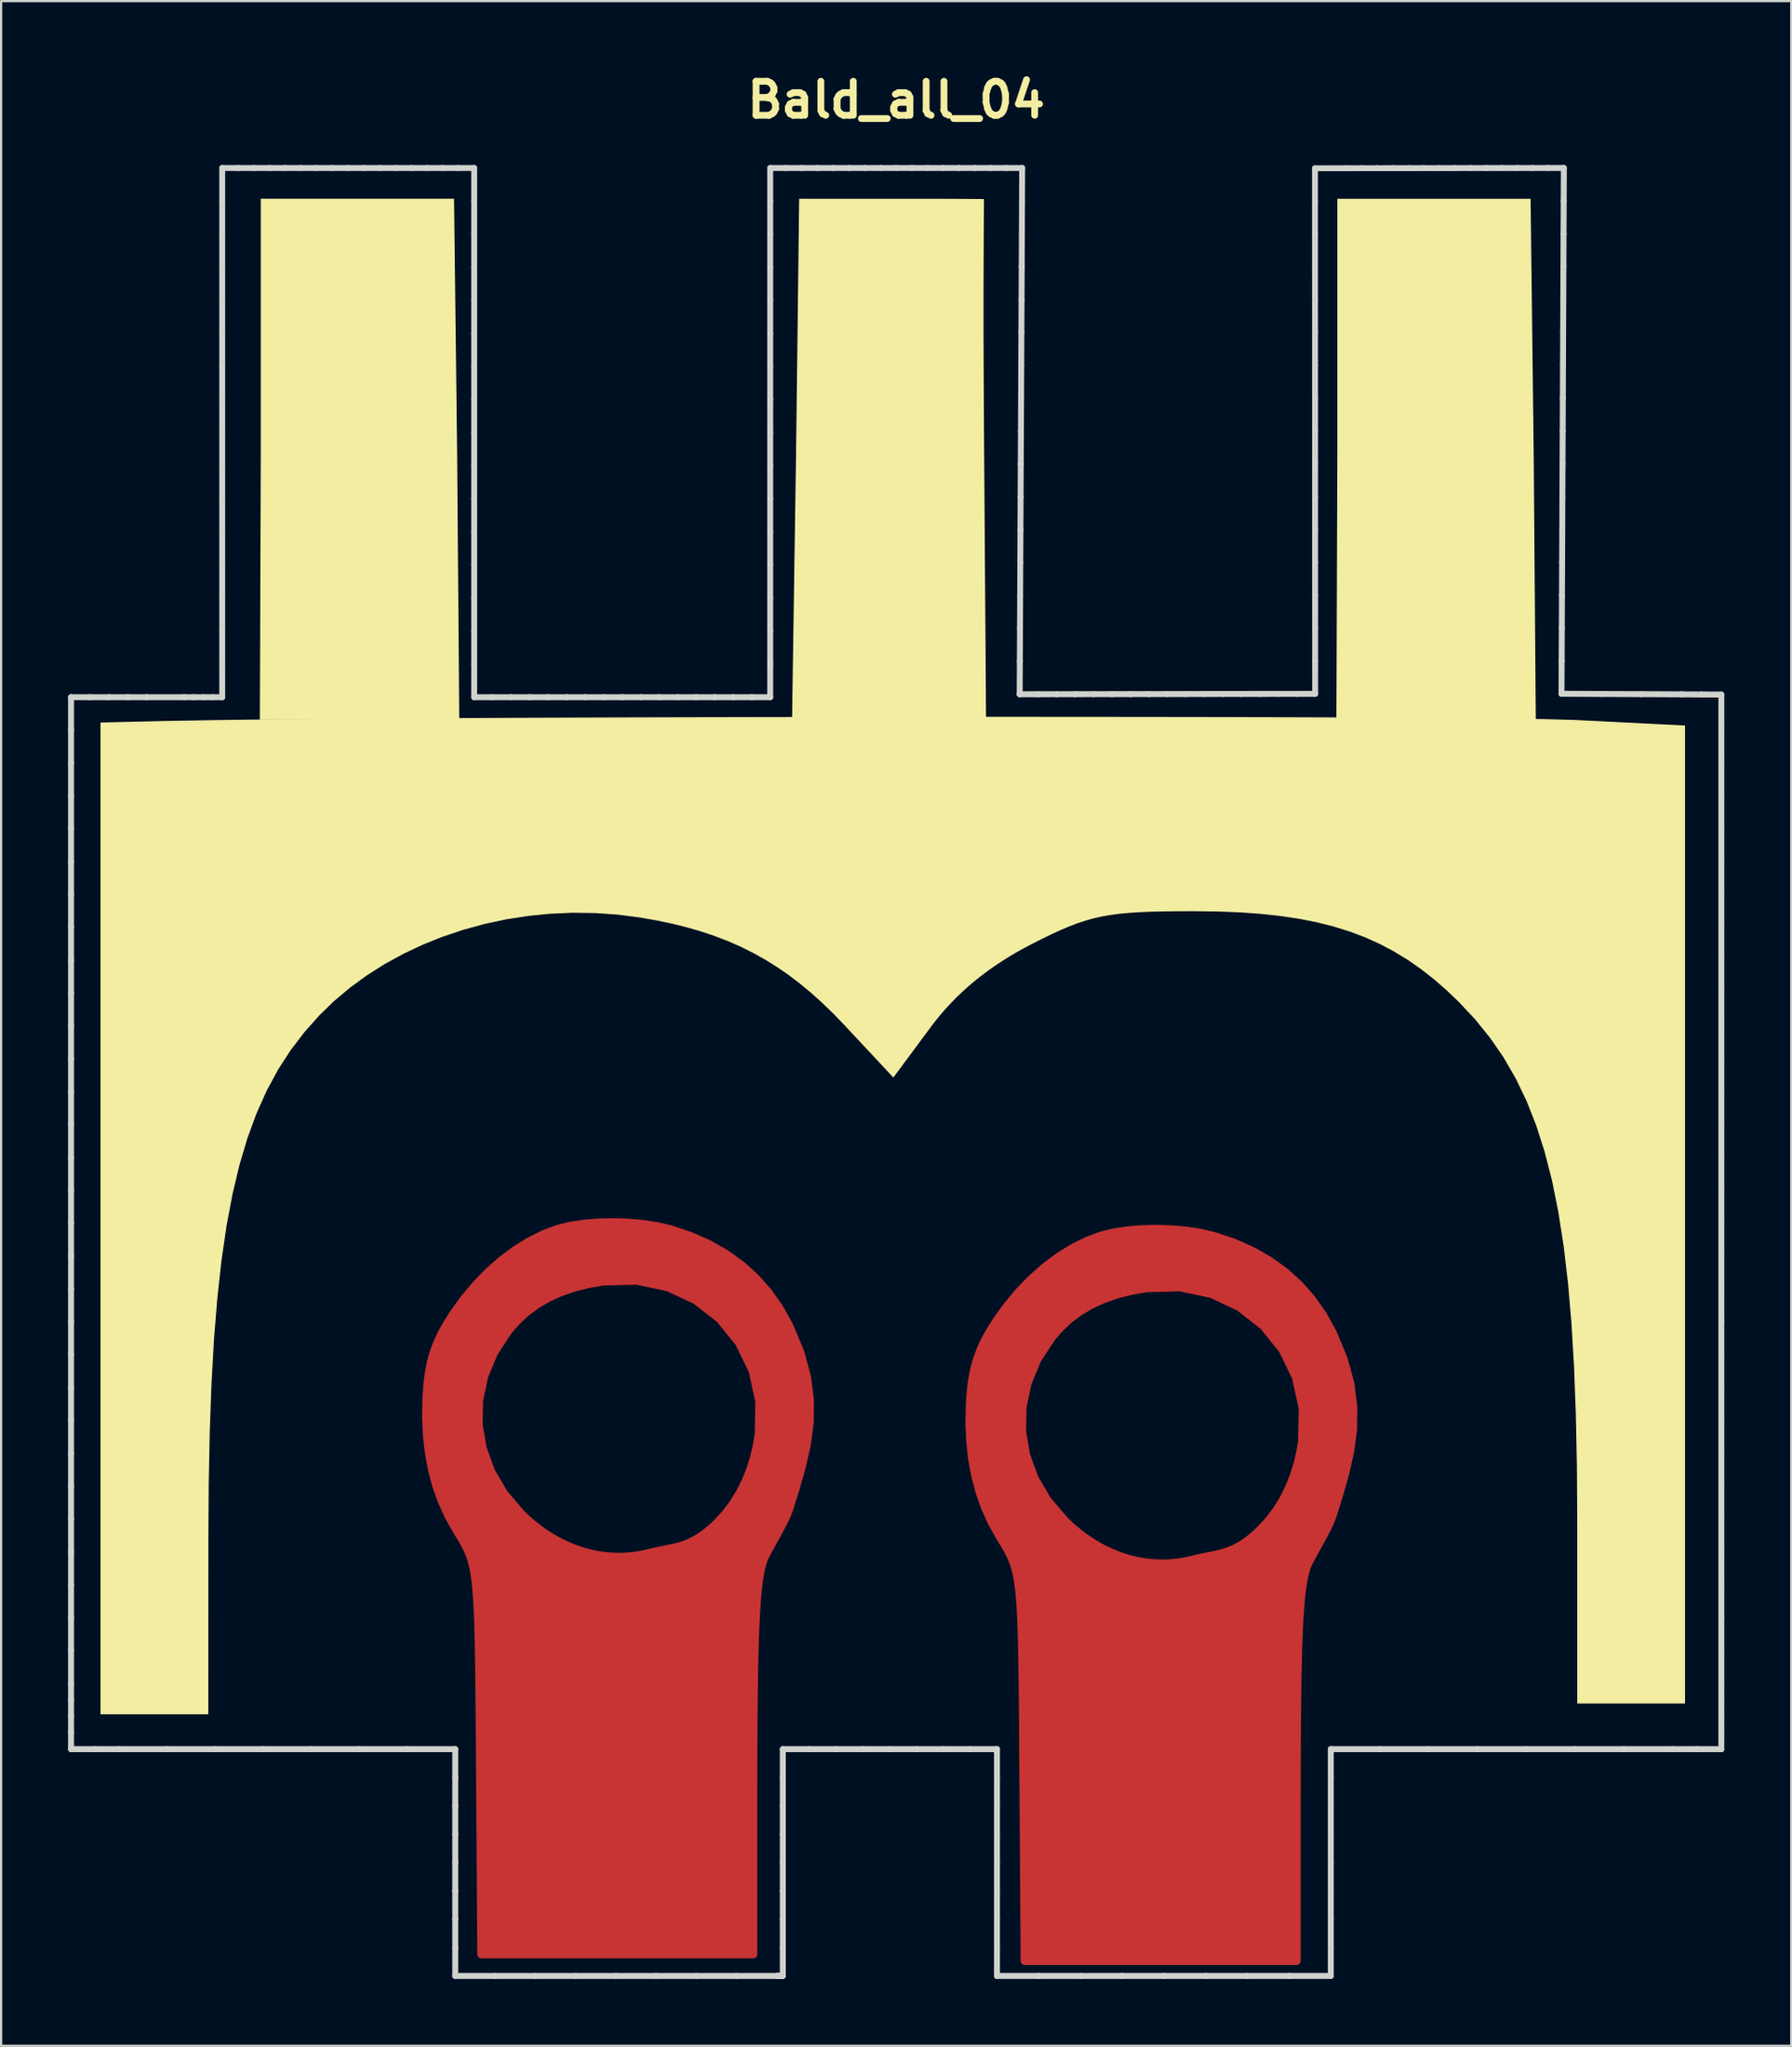
<source format=kicad_pcb>
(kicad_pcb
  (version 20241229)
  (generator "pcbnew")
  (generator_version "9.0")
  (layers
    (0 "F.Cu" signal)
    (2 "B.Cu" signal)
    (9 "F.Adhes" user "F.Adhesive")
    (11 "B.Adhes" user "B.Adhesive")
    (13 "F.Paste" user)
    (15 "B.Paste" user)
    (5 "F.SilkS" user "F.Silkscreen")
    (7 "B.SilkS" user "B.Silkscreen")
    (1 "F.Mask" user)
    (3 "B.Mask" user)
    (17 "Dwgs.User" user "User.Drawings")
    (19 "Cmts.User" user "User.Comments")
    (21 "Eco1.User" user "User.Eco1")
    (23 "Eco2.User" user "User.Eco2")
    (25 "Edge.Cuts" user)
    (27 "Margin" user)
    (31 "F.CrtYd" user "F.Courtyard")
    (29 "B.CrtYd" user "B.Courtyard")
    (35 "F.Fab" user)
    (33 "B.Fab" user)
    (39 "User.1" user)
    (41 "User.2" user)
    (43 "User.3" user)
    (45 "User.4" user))
  (footprint "Bald_all_04"
    (layer "F.Cu")
    (at 37.103 44.973)
    (property "Reference" "Bald_all_04" (at 0 -43.547 0) (layer "F.SilkS") (effects (font (size 1.524 1.524) (thickness 0.305))))
    (attr smd)
    (fp_poly (pts (xy -18.643 31.317) (xy -10.909 21.517) (xy -10.811 21.494) (xy -10.715 21.472) (xy -10.621 21.452) (xy -10.528 21.433) (xy -10.437 21.415) (xy -10.347 21.397) (xy -10.258 21.379) (xy -10.17 21.361) (xy -10.083 21.343) (xy -9.996 21.324) (xy -9.91 21.304) (xy -9.825 21.283) (xy -9.739 21.26) (xy -9.654 21.236) (xy -9.568 21.209) (xy -9.482 21.179) (xy -9.396 21.147) (xy -9.309 21.112) (xy -9.222 21.073) (xy -9.133 21.03) (xy -9.043 20.984) (xy -8.953 20.933) (xy -8.86 20.878) (xy -8.767 20.817) (xy -8.671 20.752) (xy -8.574 20.681) (xy -8.475 20.604) (xy -8.374 20.521) (xy -8.27 20.432) (xy -8.164 20.336) (xy -8.055 20.233) (xy -7.641 19.787) (xy -7.285 19.314) (xy -6.983 18.819) (xy -6.731 18.31) (xy -6.526 17.793) (xy -6.365 17.274) (xy -6.243 16.761) (xy -6.157 16.259) (xy -6.126 14.769) (xy -6.431 13.383) (xy -7.033 12.139) (xy -7.893 11.075) (xy -8.972 10.23) (xy -10.232 9.641) (xy -11.634 9.347) (xy -13.139 9.386) (xy -13.831 9.508) (xy -14.474 9.673) (xy -15.069 9.881) (xy -15.618 10.134) (xy -16.123 10.432) (xy -16.585 10.776) (xy -17.006 11.167) (xy -17.39 11.607) (xy -18.029 12.59) (xy -18.461 13.629) (xy -18.688 14.702) (xy -18.711 15.788) (xy -18.532 16.862) (xy -18.153 17.903) (xy -17.574 18.889) (xy -16.799 19.797) (xy -16.641 19.948) (xy -16.481 20.093) (xy -16.319 20.232) (xy -16.155 20.365) (xy -15.988 20.492) (xy -15.819 20.614) (xy -15.649 20.729) (xy -15.476 20.837) (xy -15.302 20.94) (xy -15.126 21.037) (xy -14.949 21.127) (xy -14.77 21.211) (xy -14.589 21.289) (xy -14.407 21.36) (xy -14.224 21.425) (xy -14.04 21.484) (xy -13.855 21.537) (xy -13.669 21.583) (xy -13.482 21.623) (xy -13.294 21.656) (xy -13.105 21.683) (xy -12.916 21.703) (xy -12.726 21.717) (xy -12.536 21.724) (xy -12.345 21.724) (xy -12.155 21.718) (xy -11.964 21.706) (xy -11.773 21.687) (xy -11.581 21.661) (xy -11.39 21.628) (xy -11.2 21.588) (xy -11.009 21.542) (xy -11.009 21.542) (xy -10.909 21.517) (xy -18.643 31.317) (xy -18.646 30.889) (xy -18.648 30.474) (xy -18.651 30.073) (xy -18.654 29.684) (xy -18.657 29.309) (xy -18.66 28.946) (xy -18.663 28.595) (xy -18.666 28.256) (xy -18.669 27.928) (xy -18.672 27.613) (xy -18.675 27.308) (xy -18.678 27.014) (xy -18.682 26.731) (xy -18.686 26.459) (xy -18.69 26.197) (xy -18.694 25.944) (xy -18.698 25.702) (xy -18.703 25.468) (xy -18.709 25.244) (xy -18.714 25.029) (xy -18.72 24.823) (xy -18.727 24.625) (xy -18.734 24.435) (xy -18.741 24.253) (xy -18.775 23.599) (xy -18.819 23.051) (xy -18.832 22.928) (xy -18.845 22.811) (xy -18.859 22.699) (xy -18.874 22.592) (xy -18.89 22.49) (xy -18.906 22.392) (xy -18.924 22.298) (xy -18.942 22.207) (xy -18.961 22.121) (xy -18.981 22.037) (xy -19.002 21.957) (xy -19.024 21.879) (xy -19.047 21.804) (xy -19.071 21.732) (xy -19.096 21.661) (xy -19.122 21.592) (xy -19.237 21.329) (xy -19.371 21.074) (xy -19.527 20.811) (xy -19.704 20.523) (xy -20.057 19.893) (xy -20.358 19.229) (xy -20.605 18.532) (xy -20.798 17.802) (xy -20.939 17.039) (xy -21.027 16.243) (xy -21.061 15.414) (xy -21.042 14.553) (xy -21.001 13.991) (xy -20.937 13.483) (xy -20.846 13.015) (xy -20.724 12.575) (xy -20.566 12.15) (xy -20.37 11.728) (xy -20.13 11.297) (xy -19.844 10.843) (xy -19.357 10.166) (xy -18.831 9.537) (xy -18.272 8.961) (xy -17.685 8.443) (xy -17.075 7.986) (xy -16.45 7.597) (xy -15.814 7.279) (xy -15.174 7.038) (xy -14.641 6.904) (xy -14.037 6.808) (xy -13.383 6.752) (xy -12.7 6.734) (xy -12.01 6.756) (xy -11.334 6.816) (xy -10.694 6.915) (xy -10.111 7.052) (xy -9.215 7.353) (xy -8.384 7.722) (xy -7.62 8.159) (xy -6.923 8.663) (xy -6.292 9.236) (xy -5.728 9.876) (xy -5.231 10.583) (xy -4.801 11.359) (xy -4.301 12.553) (xy -3.999 13.665) (xy -3.868 14.713) (xy -3.879 15.714) (xy -4.006 16.686) (xy -4.22 17.647) (xy -4.495 18.613) (xy -4.802 19.602) (xy -4.896 19.842) (xy -5.037 20.14) (xy -5.21 20.473) (xy -5.397 20.817) (xy -5.444 20.903) (xy -5.491 20.987) (xy -5.537 21.07) (xy -5.582 21.151) (xy -5.625 21.23) (xy -5.667 21.307) (xy -5.708 21.381) (xy -5.746 21.452) (xy -5.782 21.519) (xy -5.815 21.582) (xy -5.846 21.641) (xy -5.874 21.696) (xy -5.898 21.745) (xy -5.918 21.789) (xy -5.935 21.828) (xy -5.948 21.861) (xy -6.012 22.067) (xy -6.07 22.308) (xy -6.122 22.59) (xy -6.17 22.919) (xy -6.181 23.009) (xy -6.191 23.102) (xy -6.202 23.198) (xy -6.212 23.299) (xy -6.249 23.736) (xy -6.281 24.235) (xy -6.289 24.37) (xy -6.296 24.51) (xy -6.303 24.653) (xy -6.31 24.802) (xy -6.316 24.955) (xy -6.322 25.112) (xy -6.328 25.275) (xy -6.334 25.442) (xy -6.339 25.614) (xy -6.344 25.791) (xy -6.349 25.973) (xy -6.354 26.16) (xy -6.358 26.353) (xy -6.362 26.551) (xy -6.366 26.754) (xy -6.37 26.963) (xy -6.374 27.177) (xy -6.377 27.397) (xy -6.38 27.623) (xy -6.383 27.854) (xy -6.386 28.092) (xy -6.389 28.335) (xy -6.391 28.585) (xy -6.393 28.841) (xy -6.395 29.103) (xy -6.397 29.371) (xy -6.398 29.646) (xy -6.399 29.927) (xy -6.401 30.215) (xy -6.402 30.509) (xy -6.403 30.81) (xy -6.404 31.118) (xy -6.404 31.433) (xy -6.405 31.755) (xy -6.405 32.084) (xy -6.405 32.421) (xy -6.405 32.865) (xy -6.405 33.309) (xy -6.405 33.753) (xy -6.405 34.197) (xy -6.405 34.642) (xy -6.405 35.086) (xy -6.406 35.53) (xy -6.406 35.974) (xy -6.406 36.418) (xy -6.406 36.863) (xy -6.406 37.307) (xy -6.406 37.751) (xy -6.406 38.195) (xy -6.406 38.639) (xy -6.406 39.084) (xy -6.406 39.528) (xy -6.787 39.528) (xy -7.167 39.528) (xy -7.548 39.528) (xy -7.929 39.528) (xy -9.451 39.528) (xy -10.974 39.528) (xy -12.496 39.528) (xy -14.019 39.528) (xy -15.542 39.528) (xy -17.064 39.528) (xy -17.445 39.528) (xy -17.825 39.528) (xy -18.206 39.528) (xy -18.587 39.528) (xy -18.59 39.015) (xy -18.594 38.501) (xy -18.597 37.988) (xy -18.601 37.475) (xy -18.604 36.962) (xy -18.608 36.449) (xy -18.611 35.936) (xy -18.615 35.423) (xy -18.619 34.909) (xy -18.622 34.396) (xy -18.626 33.883) (xy -18.629 33.37) (xy -18.633 32.857) (xy -18.636 32.344) (xy -18.637 32.215) (xy -18.638 32.087) (xy -18.639 31.959) (xy -18.64 31.83) (xy -18.64 31.702) (xy -18.641 31.574) (xy -18.642 31.445) (xy -18.643 31.317) (xy -18.643 31.317) (xy -18.643 31.317) (xy -18.643 31.317) (xy -18.643 31.317) (xy -18.643 31.317) (xy -18.643 31.317) (xy -18.643 31.317) (xy -18.643 31.317) (xy -18.643 31.317) (xy -18.643 31.317) (xy -18.643 31.317) (xy -18.643 31.317) (xy -18.643 31.317)) (stroke (width 0.365) (type solid)) (fill yes) (layer "F.Cu"))
    (fp_poly (pts (xy 5.704 31.617) (xy 13.437 21.816) (xy 13.535 21.793) (xy 13.631 21.772) (xy 13.726 21.751) (xy 13.818 21.732) (xy 13.91 21.714) (xy 14 21.696) (xy 14.088 21.679) (xy 14.176 21.661) (xy 14.264 21.643) (xy 14.35 21.624) (xy 14.436 21.604) (xy 14.522 21.583) (xy 14.607 21.56) (xy 14.693 21.535) (xy 14.778 21.508) (xy 14.864 21.479) (xy 14.95 21.446) (xy 15.037 21.411) (xy 15.125 21.372) (xy 15.213 21.33) (xy 15.303 21.283) (xy 15.394 21.232) (xy 15.486 21.177) (xy 15.58 21.117) (xy 15.675 21.051) (xy 15.772 20.98) (xy 15.872 20.903) (xy 15.973 20.821) (xy 16.076 20.731) (xy 16.183 20.635) (xy 16.291 20.532) (xy 16.705 20.086) (xy 17.061 19.613) (xy 17.364 19.118) (xy 17.615 18.609) (xy 17.82 18.092) (xy 17.982 17.574) (xy 18.104 17.06) (xy 18.189 16.559) (xy 18.22 15.069) (xy 17.915 13.683) (xy 17.314 12.438) (xy 16.454 11.374) (xy 15.374 10.529) (xy 14.114 9.94) (xy 12.713 9.646) (xy 11.208 9.685) (xy 10.515 9.808) (xy 9.872 9.972) (xy 9.277 10.181) (xy 8.728 10.433) (xy 8.224 10.731) (xy 7.762 11.075) (xy 7.34 11.467) (xy 6.957 11.907) (xy 6.318 12.889) (xy 5.886 13.928) (xy 5.659 15.002) (xy 5.636 16.087) (xy 5.815 17.161) (xy 6.194 18.203) (xy 6.772 19.188) (xy 7.548 20.096) (xy 7.705 20.247) (xy 7.865 20.392) (xy 8.027 20.531) (xy 8.192 20.665) (xy 8.359 20.792) (xy 8.527 20.913) (xy 8.698 21.028) (xy 8.87 21.137) (xy 9.044 21.239) (xy 9.22 21.336) (xy 9.398 21.426) (xy 9.577 21.51) (xy 9.757 21.588) (xy 9.939 21.66) (xy 10.122 21.725) (xy 10.306 21.784) (xy 10.491 21.836) (xy 10.678 21.882) (xy 10.865 21.922) (xy 11.053 21.955) (xy 11.241 21.982) (xy 11.43 22.002) (xy 11.62 22.016) (xy 11.81 22.023) (xy 12.001 22.024) (xy 12.192 22.018) (xy 12.383 22.005) (xy 12.574 21.986) (xy 12.765 21.96) (xy 12.956 21.927) (xy 13.147 21.888) (xy 13.337 21.842) (xy 13.337 21.842) (xy 13.437 21.816) (xy 5.704 31.617) (xy 5.701 31.188) (xy 5.698 30.774) (xy 5.695 30.372) (xy 5.692 29.984) (xy 5.689 29.608) (xy 5.687 29.245) (xy 5.684 28.894) (xy 5.681 28.555) (xy 5.678 28.228) (xy 5.675 27.912) (xy 5.672 27.607) (xy 5.668 27.314) (xy 5.665 27.031) (xy 5.661 26.758) (xy 5.657 26.496) (xy 5.653 26.244) (xy 5.648 26.001) (xy 5.643 25.768) (xy 5.638 25.544) (xy 5.632 25.329) (xy 5.626 25.122) (xy 5.62 24.924) (xy 5.613 24.734) (xy 5.606 24.552) (xy 5.571 23.898) (xy 5.527 23.35) (xy 5.515 23.228) (xy 5.501 23.111) (xy 5.487 22.999) (xy 5.472 22.892) (xy 5.457 22.789) (xy 5.44 22.691) (xy 5.423 22.597) (xy 5.405 22.507) (xy 5.386 22.42) (xy 5.366 22.337) (xy 5.345 22.256) (xy 5.323 22.179) (xy 5.3 22.104) (xy 5.276 22.031) (xy 5.251 21.96) (xy 5.225 21.891) (xy 5.109 21.628) (xy 4.975 21.373) (xy 4.82 21.11) (xy 4.642 20.822) (xy 4.289 20.192) (xy 3.989 19.528) (xy 3.742 18.831) (xy 3.548 18.101) (xy 3.407 17.338) (xy 3.32 16.542) (xy 3.286 15.713) (xy 3.305 14.852) (xy 3.346 14.29) (xy 3.41 13.782) (xy 3.501 13.314) (xy 3.623 12.874) (xy 3.78 12.449) (xy 3.976 12.027) (xy 4.216 11.596) (xy 4.503 11.142) (xy 4.989 10.465) (xy 5.515 9.837) (xy 6.075 9.261) (xy 6.662 8.742) (xy 7.271 8.286) (xy 7.896 7.896) (xy 8.532 7.579) (xy 9.173 7.337) (xy 9.705 7.203) (xy 10.309 7.108) (xy 10.964 7.051) (xy 11.647 7.034) (xy 12.337 7.055) (xy 13.013 7.115) (xy 13.653 7.214) (xy 14.235 7.351) (xy 15.132 7.652) (xy 15.962 8.021) (xy 16.726 8.458) (xy 17.424 8.963) (xy 18.055 9.535) (xy 18.618 10.175) (xy 19.115 10.883) (xy 19.545 11.658) (xy 20.045 12.852) (xy 20.347 13.964) (xy 20.479 15.012) (xy 20.468 16.014) (xy 20.341 16.986) (xy 20.126 17.946) (xy 19.852 18.912) (xy 19.544 19.901) (xy 19.451 20.142) (xy 19.309 20.44) (xy 19.136 20.772) (xy 18.949 21.117) (xy 18.902 21.202) (xy 18.856 21.287) (xy 18.81 21.369) (xy 18.765 21.451) (xy 18.721 21.53) (xy 18.679 21.606) (xy 18.639 21.68) (xy 18.6 21.751) (xy 18.564 21.818) (xy 18.531 21.881) (xy 18.5 21.94) (xy 18.473 21.995) (xy 18.449 22.045) (xy 18.428 22.089) (xy 18.411 22.127) (xy 18.399 22.16) (xy 18.335 22.366) (xy 18.277 22.607) (xy 18.224 22.89) (xy 18.177 23.218) (xy 18.166 23.308) (xy 18.155 23.401) (xy 18.145 23.498) (xy 18.135 23.598) (xy 18.098 24.035) (xy 18.065 24.534) (xy 18.058 24.669) (xy 18.05 24.809) (xy 18.043 24.953) (xy 18.037 25.101) (xy 18.03 25.254) (xy 18.024 25.412) (xy 18.018 25.574) (xy 18.013 25.741) (xy 18.007 25.913) (xy 18.002 26.09) (xy 17.997 26.272) (xy 17.993 26.46) (xy 17.988 26.652) (xy 17.984 26.85) (xy 17.98 27.053) (xy 17.976 27.262) (xy 17.973 27.476) (xy 17.969 27.696) (xy 17.966 27.922) (xy 17.963 28.154) (xy 17.96 28.391) (xy 17.958 28.635) (xy 17.956 28.884) (xy 17.954 29.14) (xy 17.952 29.402) (xy 17.95 29.67) (xy 17.949 29.945) (xy 17.947 30.226) (xy 17.946 30.514) (xy 17.945 30.808) (xy 17.944 31.11) (xy 17.943 31.418) (xy 17.942 31.733) (xy 17.942 32.055) (xy 17.941 32.384) (xy 17.941 32.72) (xy 17.941 33.164) (xy 17.941 33.608) (xy 17.941 34.053) (xy 17.941 34.497) (xy 17.941 34.941) (xy 17.941 35.385) (xy 17.941 35.829) (xy 17.941 36.274) (xy 17.941 36.718) (xy 17.941 37.162) (xy 17.941 37.606) (xy 17.941 38.05) (xy 17.941 38.495) (xy 17.94 38.939) (xy 17.94 39.383) (xy 17.94 39.827) (xy 17.56 39.827) (xy 17.179 39.827) (xy 16.798 39.827) (xy 16.418 39.827) (xy 14.895 39.827) (xy 13.373 39.827) (xy 11.85 39.827) (xy 10.327 39.827) (xy 8.805 39.827) (xy 7.282 39.827) (xy 6.902 39.827) (xy 6.521 39.827) (xy 6.14 39.827) (xy 5.76 39.827) (xy 5.756 39.314) (xy 5.753 38.801) (xy 5.749 38.288) (xy 5.746 37.774) (xy 5.742 37.261) (xy 5.739 36.748) (xy 5.735 36.235) (xy 5.731 35.722) (xy 5.728 35.209) (xy 5.724 34.696) (xy 5.721 34.182) (xy 5.717 33.669) (xy 5.714 33.156) (xy 5.71 32.643) (xy 5.709 32.515) (xy 5.709 32.386) (xy 5.708 32.258) (xy 5.707 32.13) (xy 5.706 32.001) (xy 5.705 31.873) (xy 5.704 31.745) (xy 5.704 31.617) (xy 5.704 31.617) (xy 5.704 31.617) (xy 5.704 31.617) (xy 5.704 31.617) (xy 5.704 31.617) (xy 5.704 31.617) (xy 5.704 31.617) (xy 5.704 31.617) (xy 5.704 31.617) (xy 5.704 31.617) (xy 5.704 31.617) (xy 5.704 31.617) (xy 5.704 31.617)) (stroke (width 0.365) (type solid)) (fill yes) (layer "F.Cu"))
    (fp_poly (pts (xy -18.643 31.317) (xy -10.909 21.517) (xy -10.811 21.494) (xy -10.715 21.472) (xy -10.621 21.452) (xy -10.528 21.433) (xy -10.437 21.415) (xy -10.347 21.397) (xy -10.258 21.379) (xy -10.17 21.361) (xy -10.083 21.343) (xy -9.996 21.324) (xy -9.91 21.304) (xy -9.825 21.283) (xy -9.739 21.26) (xy -9.654 21.236) (xy -9.568 21.209) (xy -9.482 21.179) (xy -9.396 21.147) (xy -9.309 21.112) (xy -9.222 21.073) (xy -9.133 21.03) (xy -9.043 20.984) (xy -8.953 20.933) (xy -8.86 20.878) (xy -8.767 20.817) (xy -8.671 20.752) (xy -8.574 20.681) (xy -8.475 20.604) (xy -8.374 20.521) (xy -8.27 20.432) (xy -8.164 20.336) (xy -8.055 20.233) (xy -7.641 19.787) (xy -7.285 19.314) (xy -6.983 18.819) (xy -6.731 18.31) (xy -6.526 17.793) (xy -6.365 17.274) (xy -6.243 16.761) (xy -6.157 16.259) (xy -6.126 14.769) (xy -6.431 13.383) (xy -7.033 12.139) (xy -7.893 11.075) (xy -8.972 10.23) (xy -10.232 9.641) (xy -11.634 9.347) (xy -13.139 9.386) (xy -13.831 9.508) (xy -14.474 9.673) (xy -15.069 9.881) (xy -15.618 10.134) (xy -16.123 10.432) (xy -16.585 10.776) (xy -17.006 11.167) (xy -17.39 11.607) (xy -18.029 12.59) (xy -18.461 13.629) (xy -18.688 14.702) (xy -18.711 15.788) (xy -18.532 16.862) (xy -18.153 17.903) (xy -17.574 18.889) (xy -16.799 19.797) (xy -16.641 19.948) (xy -16.481 20.093) (xy -16.319 20.232) (xy -16.155 20.365) (xy -15.988 20.492) (xy -15.819 20.614) (xy -15.649 20.729) (xy -15.476 20.837) (xy -15.302 20.94) (xy -15.126 21.037) (xy -14.949 21.127) (xy -14.77 21.211) (xy -14.589 21.289) (xy -14.407 21.36) (xy -14.224 21.425) (xy -14.04 21.484) (xy -13.855 21.537) (xy -13.669 21.583) (xy -13.482 21.623) (xy -13.294 21.656) (xy -13.105 21.683) (xy -12.916 21.703) (xy -12.726 21.717) (xy -12.536 21.724) (xy -12.345 21.724) (xy -12.155 21.718) (xy -11.964 21.706) (xy -11.773 21.687) (xy -11.581 21.661) (xy -11.39 21.628) (xy -11.2 21.588) (xy -11.009 21.542) (xy -11.009 21.542) (xy -10.909 21.517) (xy -18.643 31.317) (xy -18.646 30.889) (xy -18.648 30.474) (xy -18.651 30.073) (xy -18.654 29.684) (xy -18.657 29.309) (xy -18.66 28.946) (xy -18.663 28.595) (xy -18.666 28.256) (xy -18.669 27.928) (xy -18.672 27.613) (xy -18.675 27.308) (xy -18.678 27.014) (xy -18.682 26.731) (xy -18.686 26.459) (xy -18.69 26.197) (xy -18.694 25.944) (xy -18.698 25.702) (xy -18.703 25.468) (xy -18.709 25.244) (xy -18.714 25.029) (xy -18.72 24.823) (xy -18.727 24.625) (xy -18.734 24.435) (xy -18.741 24.253) (xy -18.775 23.599) (xy -18.819 23.051) (xy -18.832 22.928) (xy -18.845 22.811) (xy -18.859 22.699) (xy -18.874 22.592) (xy -18.89 22.49) (xy -18.906 22.392) (xy -18.924 22.298) (xy -18.942 22.207) (xy -18.961 22.121) (xy -18.981 22.037) (xy -19.002 21.957) (xy -19.024 21.879) (xy -19.047 21.804) (xy -19.071 21.732) (xy -19.096 21.661) (xy -19.122 21.592) (xy -19.237 21.329) (xy -19.371 21.074) (xy -19.527 20.811) (xy -19.704 20.523) (xy -20.057 19.893) (xy -20.358 19.229) (xy -20.605 18.532) (xy -20.798 17.802) (xy -20.939 17.039) (xy -21.027 16.243) (xy -21.061 15.414) (xy -21.042 14.553) (xy -21.001 13.991) (xy -20.937 13.483) (xy -20.846 13.015) (xy -20.724 12.575) (xy -20.566 12.15) (xy -20.37 11.728) (xy -20.13 11.297) (xy -19.844 10.843) (xy -19.357 10.166) (xy -18.831 9.537) (xy -18.272 8.961) (xy -17.685 8.443) (xy -17.075 7.986) (xy -16.45 7.597) (xy -15.814 7.279) (xy -15.174 7.038) (xy -14.641 6.904) (xy -14.037 6.808) (xy -13.383 6.752) (xy -12.7 6.734) (xy -12.01 6.756) (xy -11.334 6.816) (xy -10.694 6.915) (xy -10.111 7.052) (xy -9.215 7.353) (xy -8.384 7.722) (xy -7.62 8.159) (xy -6.923 8.663) (xy -6.292 9.236) (xy -5.728 9.876) (xy -5.231 10.583) (xy -4.801 11.359) (xy -4.301 12.553) (xy -3.999 13.665) (xy -3.868 14.713) (xy -3.879 15.714) (xy -4.006 16.686) (xy -4.22 17.647) (xy -4.495 18.613) (xy -4.802 19.602) (xy -4.896 19.842) (xy -5.037 20.14) (xy -5.21 20.473) (xy -5.397 20.817) (xy -5.444 20.903) (xy -5.491 20.987) (xy -5.537 21.07) (xy -5.582 21.151) (xy -5.625 21.23) (xy -5.667 21.307) (xy -5.708 21.381) (xy -5.746 21.452) (xy -5.782 21.519) (xy -5.815 21.582) (xy -5.846 21.641) (xy -5.874 21.696) (xy -5.898 21.745) (xy -5.918 21.789) (xy -5.935 21.828) (xy -5.948 21.861) (xy -6.012 22.067) (xy -6.07 22.308) (xy -6.122 22.59) (xy -6.17 22.919) (xy -6.181 23.009) (xy -6.191 23.102) (xy -6.202 23.198) (xy -6.212 23.299) (xy -6.249 23.736) (xy -6.281 24.235) (xy -6.289 24.37) (xy -6.296 24.51) (xy -6.303 24.653) (xy -6.31 24.802) (xy -6.316 24.955) (xy -6.322 25.112) (xy -6.328 25.275) (xy -6.334 25.442) (xy -6.339 25.614) (xy -6.344 25.791) (xy -6.349 25.973) (xy -6.354 26.16) (xy -6.358 26.353) (xy -6.362 26.551) (xy -6.366 26.754) (xy -6.37 26.963) (xy -6.374 27.177) (xy -6.377 27.397) (xy -6.38 27.623) (xy -6.383 27.854) (xy -6.386 28.092) (xy -6.389 28.335) (xy -6.391 28.585) (xy -6.393 28.841) (xy -6.395 29.103) (xy -6.397 29.371) (xy -6.398 29.646) (xy -6.399 29.927) (xy -6.401 30.215) (xy -6.402 30.509) (xy -6.403 30.81) (xy -6.404 31.118) (xy -6.404 31.433) (xy -6.405 31.755) (xy -6.405 32.084) (xy -6.405 32.421) (xy -6.405 32.865) (xy -6.405 33.309) (xy -6.405 33.753) (xy -6.405 34.197) (xy -6.405 34.642) (xy -6.405 35.086) (xy -6.406 35.53) (xy -6.406 35.974) (xy -6.406 36.418) (xy -6.406 36.863) (xy -6.406 37.307) (xy -6.406 37.751) (xy -6.406 38.195) (xy -6.406 38.639) (xy -6.406 39.084) (xy -6.406 39.528) (xy -6.787 39.528) (xy -7.167 39.528) (xy -7.548 39.528) (xy -7.929 39.528) (xy -9.451 39.528) (xy -10.974 39.528) (xy -12.496 39.528) (xy -14.019 39.528) (xy -15.542 39.528) (xy -17.064 39.528) (xy -17.445 39.528) (xy -17.825 39.528) (xy -18.206 39.528) (xy -18.587 39.528) (xy -18.59 39.015) (xy -18.594 38.501) (xy -18.597 37.988) (xy -18.601 37.475) (xy -18.604 36.962) (xy -18.608 36.449) (xy -18.611 35.936) (xy -18.615 35.423) (xy -18.619 34.909) (xy -18.622 34.396) (xy -18.626 33.883) (xy -18.629 33.37) (xy -18.633 32.857) (xy -18.636 32.344) (xy -18.637 32.215) (xy -18.638 32.087) (xy -18.639 31.959) (xy -18.64 31.83) (xy -18.64 31.702) (xy -18.641 31.574) (xy -18.642 31.445) (xy -18.643 31.317) (xy -18.643 31.317) (xy -18.643 31.317) (xy -18.643 31.317) (xy -18.643 31.317) (xy -18.643 31.317) (xy -18.643 31.317) (xy -18.643 31.317) (xy -18.643 31.317) (xy -18.643 31.317) (xy -18.643 31.317) (xy -18.643 31.317) (xy -18.643 31.317) (xy -18.643 31.317)) (stroke (width 0.365) (type solid)) (fill yes) (layer "F.Mask"))
    (fp_poly (pts (xy 5.704 31.617) (xy 13.437 21.816) (xy 13.535 21.793) (xy 13.631 21.772) (xy 13.726 21.751) (xy 13.818 21.732) (xy 13.91 21.714) (xy 14 21.696) (xy 14.088 21.679) (xy 14.176 21.661) (xy 14.264 21.643) (xy 14.35 21.624) (xy 14.436 21.604) (xy 14.522 21.583) (xy 14.607 21.56) (xy 14.693 21.535) (xy 14.778 21.508) (xy 14.864 21.479) (xy 14.95 21.446) (xy 15.037 21.411) (xy 15.125 21.372) (xy 15.213 21.33) (xy 15.303 21.283) (xy 15.394 21.232) (xy 15.486 21.177) (xy 15.58 21.117) (xy 15.675 21.051) (xy 15.772 20.98) (xy 15.872 20.903) (xy 15.973 20.821) (xy 16.076 20.731) (xy 16.183 20.635) (xy 16.291 20.532) (xy 16.705 20.086) (xy 17.061 19.613) (xy 17.364 19.118) (xy 17.615 18.609) (xy 17.82 18.092) (xy 17.982 17.574) (xy 18.104 17.06) (xy 18.189 16.559) (xy 18.22 15.069) (xy 17.915 13.683) (xy 17.314 12.438) (xy 16.454 11.374) (xy 15.374 10.529) (xy 14.114 9.94) (xy 12.713 9.646) (xy 11.208 9.685) (xy 10.515 9.808) (xy 9.872 9.972) (xy 9.277 10.181) (xy 8.728 10.433) (xy 8.224 10.731) (xy 7.762 11.075) (xy 7.34 11.467) (xy 6.957 11.907) (xy 6.318 12.889) (xy 5.886 13.928) (xy 5.659 15.002) (xy 5.636 16.087) (xy 5.815 17.161) (xy 6.194 18.203) (xy 6.772 19.188) (xy 7.548 20.096) (xy 7.705 20.247) (xy 7.865 20.392) (xy 8.027 20.531) (xy 8.192 20.665) (xy 8.359 20.792) (xy 8.527 20.913) (xy 8.698 21.028) (xy 8.87 21.137) (xy 9.044 21.239) (xy 9.22 21.336) (xy 9.398 21.426) (xy 9.577 21.51) (xy 9.757 21.588) (xy 9.939 21.66) (xy 10.122 21.725) (xy 10.306 21.784) (xy 10.491 21.836) (xy 10.678 21.882) (xy 10.865 21.922) (xy 11.053 21.955) (xy 11.241 21.982) (xy 11.43 22.002) (xy 11.62 22.016) (xy 11.81 22.023) (xy 12.001 22.024) (xy 12.192 22.018) (xy 12.383 22.005) (xy 12.574 21.986) (xy 12.765 21.96) (xy 12.956 21.927) (xy 13.147 21.888) (xy 13.337 21.842) (xy 13.337 21.842) (xy 13.437 21.816) (xy 5.704 31.617) (xy 5.701 31.188) (xy 5.698 30.774) (xy 5.695 30.372) (xy 5.692 29.984) (xy 5.689 29.608) (xy 5.687 29.245) (xy 5.684 28.894) (xy 5.681 28.555) (xy 5.678 28.228) (xy 5.675 27.912) (xy 5.672 27.607) (xy 5.668 27.314) (xy 5.665 27.031) (xy 5.661 26.758) (xy 5.657 26.496) (xy 5.653 26.244) (xy 5.648 26.001) (xy 5.643 25.768) (xy 5.638 25.544) (xy 5.632 25.329) (xy 5.626 25.122) (xy 5.62 24.924) (xy 5.613 24.734) (xy 5.606 24.552) (xy 5.571 23.898) (xy 5.527 23.35) (xy 5.515 23.228) (xy 5.501 23.111) (xy 5.487 22.999) (xy 5.472 22.892) (xy 5.457 22.789) (xy 5.44 22.691) (xy 5.423 22.597) (xy 5.405 22.507) (xy 5.386 22.42) (xy 5.366 22.337) (xy 5.345 22.256) (xy 5.323 22.179) (xy 5.3 22.104) (xy 5.276 22.031) (xy 5.251 21.96) (xy 5.225 21.891) (xy 5.109 21.628) (xy 4.975 21.373) (xy 4.82 21.11) (xy 4.642 20.822) (xy 4.289 20.192) (xy 3.989 19.528) (xy 3.742 18.831) (xy 3.548 18.101) (xy 3.407 17.338) (xy 3.32 16.542) (xy 3.286 15.713) (xy 3.305 14.852) (xy 3.346 14.29) (xy 3.41 13.782) (xy 3.501 13.314) (xy 3.623 12.874) (xy 3.78 12.449) (xy 3.976 12.027) (xy 4.216 11.596) (xy 4.503 11.142) (xy 4.989 10.465) (xy 5.515 9.837) (xy 6.075 9.261) (xy 6.662 8.742) (xy 7.271 8.286) (xy 7.896 7.896) (xy 8.532 7.579) (xy 9.173 7.337) (xy 9.705 7.203) (xy 10.309 7.108) (xy 10.964 7.051) (xy 11.647 7.034) (xy 12.337 7.055) (xy 13.013 7.115) (xy 13.653 7.214) (xy 14.235 7.351) (xy 15.132 7.652) (xy 15.962 8.021) (xy 16.726 8.458) (xy 17.424 8.963) (xy 18.055 9.535) (xy 18.618 10.175) (xy 19.115 10.883) (xy 19.545 11.658) (xy 20.045 12.852) (xy 20.347 13.964) (xy 20.479 15.012) (xy 20.468 16.014) (xy 20.341 16.986) (xy 20.126 17.946) (xy 19.852 18.912) (xy 19.544 19.901) (xy 19.451 20.142) (xy 19.309 20.44) (xy 19.136 20.772) (xy 18.949 21.117) (xy 18.902 21.202) (xy 18.856 21.287) (xy 18.81 21.369) (xy 18.765 21.451) (xy 18.721 21.53) (xy 18.679 21.606) (xy 18.639 21.68) (xy 18.6 21.751) (xy 18.564 21.818) (xy 18.531 21.881) (xy 18.5 21.94) (xy 18.473 21.995) (xy 18.449 22.045) (xy 18.428 22.089) (xy 18.411 22.127) (xy 18.399 22.16) (xy 18.335 22.366) (xy 18.277 22.607) (xy 18.224 22.89) (xy 18.177 23.218) (xy 18.166 23.308) (xy 18.155 23.401) (xy 18.145 23.498) (xy 18.135 23.598) (xy 18.098 24.035) (xy 18.065 24.534) (xy 18.058 24.669) (xy 18.05 24.809) (xy 18.043 24.953) (xy 18.037 25.101) (xy 18.03 25.254) (xy 18.024 25.412) (xy 18.018 25.574) (xy 18.013 25.741) (xy 18.007 25.913) (xy 18.002 26.09) (xy 17.997 26.272) (xy 17.993 26.46) (xy 17.988 26.652) (xy 17.984 26.85) (xy 17.98 27.053) (xy 17.976 27.262) (xy 17.973 27.476) (xy 17.969 27.696) (xy 17.966 27.922) (xy 17.963 28.154) (xy 17.96 28.391) (xy 17.958 28.635) (xy 17.956 28.884) (xy 17.954 29.14) (xy 17.952 29.402) (xy 17.95 29.67) (xy 17.949 29.945) (xy 17.947 30.226) (xy 17.946 30.514) (xy 17.945 30.808) (xy 17.944 31.11) (xy 17.943 31.418) (xy 17.942 31.733) (xy 17.942 32.055) (xy 17.941 32.384) (xy 17.941 32.72) (xy 17.941 33.164) (xy 17.941 33.608) (xy 17.941 34.053) (xy 17.941 34.497) (xy 17.941 34.941) (xy 17.941 35.385) (xy 17.941 35.829) (xy 17.941 36.274) (xy 17.941 36.718) (xy 17.941 37.162) (xy 17.941 37.606) (xy 17.941 38.05) (xy 17.941 38.495) (xy 17.94 38.939) (xy 17.94 39.383) (xy 17.94 39.827) (xy 17.56 39.827) (xy 17.179 39.827) (xy 16.798 39.827) (xy 16.418 39.827) (xy 14.895 39.827) (xy 13.373 39.827) (xy 11.85 39.827) (xy 10.327 39.827) (xy 8.805 39.827) (xy 7.282 39.827) (xy 6.902 39.827) (xy 6.521 39.827) (xy 6.14 39.827) (xy 5.76 39.827) (xy 5.756 39.314) (xy 5.753 38.801) (xy 5.749 38.288) (xy 5.746 37.774) (xy 5.742 37.261) (xy 5.739 36.748) (xy 5.735 36.235) (xy 5.731 35.722) (xy 5.728 35.209) (xy 5.724 34.696) (xy 5.721 34.182) (xy 5.717 33.669) (xy 5.714 33.156) (xy 5.71 32.643) (xy 5.709 32.515) (xy 5.709 32.386) (xy 5.708 32.258) (xy 5.707 32.13) (xy 5.706 32.001) (xy 5.705 31.873) (xy 5.704 31.745) (xy 5.704 31.617) (xy 5.704 31.617) (xy 5.704 31.617) (xy 5.704 31.617) (xy 5.704 31.617) (xy 5.704 31.617) (xy 5.704 31.617) (xy 5.704 31.617) (xy 5.704 31.617) (xy 5.704 31.617) (xy 5.704 31.617) (xy 5.704 31.617) (xy 5.704 31.617) (xy 5.704 31.617)) (stroke (width 0.365) (type solid)) (fill yes) (layer "F.Mask"))
    (fp_poly (pts (xy 24.191 -15.779) (xy -0.319 -15.778) (xy -0.862 -15.778) (xy -1.406 -15.778) (xy -1.949 -15.778) (xy -2.492 -15.778) (xy -3.036 -15.778) (xy -3.579 -15.778) (xy -4.122 -15.778) (xy -4.665 -15.778) (xy -4.643 -17.277) (xy -4.62 -18.776) (xy -4.598 -20.275) (xy -4.575 -21.774) (xy -4.553 -23.273) (xy -4.53 -24.772) (xy -4.508 -26.27) (xy -4.485 -27.769) (xy -4.468 -29.188) (xy -4.451 -30.607) (xy -4.433 -32.025) (xy -4.416 -33.444) (xy -4.399 -34.863) (xy -4.382 -36.282) (xy -4.365 -37.7) (xy -4.347 -39.119) (xy -3.836 -39.119) (xy -3.325 -39.119) (xy -2.814 -39.119) (xy -2.303 -39.119) (xy -1.792 -39.119) (xy -1.281 -39.119) (xy -0.77 -39.119) (xy -0.259 -39.119) (xy 0.946 -39.118) (xy 1.903 -39.117) (xy 2.637 -39.114) (xy 3.176 -39.111) (xy 3.548 -39.108) (xy 3.779 -39.106) (xy 3.898 -39.104) (xy 3.932 -39.103) (xy 3.93 -38.684) (xy 3.924 -37.817) (xy 3.919 -36.569) (xy 3.914 -35.006) (xy 3.914 -33.195) (xy 3.921 -31.2) (xy 3.932 -29.088) (xy 3.947 -26.925) (xy 3.957 -25.532) (xy 3.967 -24.138) (xy 3.977 -22.745) (xy 3.987 -21.352) (xy 3.997 -19.959) (xy 4.007 -18.566) (xy 4.017 -17.172) (xy 4.027 -15.779) (xy 3.484 -15.779) (xy 2.941 -15.779) (xy 2.397 -15.779) (xy 1.854 -15.779) (xy 1.311 -15.779) (xy 0.768 -15.779) (xy 0.224 -15.779) (xy -0.319 -15.778) (xy 24.191 -15.779) (xy 23.632 -15.779) (xy 23.074 -15.779) (xy 22.515 -15.779) (xy 21.957 -15.779) (xy 21.399 -15.779) (xy 20.84 -15.779) (xy 20.282 -15.779) (xy 19.723 -15.779) (xy 19.729 -17.278) (xy 19.734 -18.777) (xy 19.739 -20.275) (xy 19.745 -21.774) (xy 19.75 -23.273) (xy 19.755 -24.772) (xy 19.761 -26.271) (xy 19.766 -27.77) (xy 19.766 -29.188) (xy 19.766 -30.607) (xy 19.766 -32.026) (xy 19.766 -33.444) (xy 19.766 -34.863) (xy 19.766 -36.282) (xy 19.766 -37.7) (xy 19.766 -39.119) (xy -19.81 -39.12) (xy -19.792 -37.701) (xy -19.775 -36.282) (xy -19.758 -34.863) (xy -19.741 -33.445) (xy -19.723 -32.026) (xy -19.706 -30.607) (xy -19.689 -29.189) (xy -19.672 -27.77) (xy -19.66 -26.271) (xy -19.648 -24.772) (xy -19.636 -23.273) (xy -19.624 -21.774) (xy -19.612 -20.275) (xy -19.6 -18.777) (xy -19.588 -17.278) (xy -19.577 -15.779) (xy -20.135 -15.779) (xy -20.693 -15.779) (xy -21.252 -15.779) (xy -21.81 -15.779) (xy -22.369 -15.779) (xy -22.927 -15.779) (xy -23.485 -15.779) (xy -24.044 -15.779) (xy -24.044 -15.779) (xy -24.044 -15.779) (xy -24.044 -15.779) (xy -24.044 -15.779) (xy -24.044 -15.779) (xy -24.044 -15.779) (xy -24.044 -15.779) (xy -24.044 -15.779) (xy -24.602 -15.779) (xy -25.161 -15.779) (xy -25.719 -15.779) (xy -26.277 -15.779) (xy -26.836 -15.779) (xy -27.394 -15.78) (xy -27.953 -15.78) (xy -28.511 -15.78) (xy -28.506 -17.278) (xy -28.5 -18.777) (xy -28.495 -20.276) (xy -28.49 -21.775) (xy -28.485 -23.274) (xy -28.479 -24.773) (xy -28.474 -26.271) (xy -28.469 -27.77) (xy -28.469 -29.189) (xy -28.469 -30.608) (xy -28.469 -32.026) (xy -28.469 -33.445) (xy -28.469 -34.864) (xy -28.469 -36.282) (xy -28.469 -37.701) (xy -28.469 -39.12) (xy -27.927 -39.12) (xy -27.386 -39.12) (xy -26.845 -39.12) (xy -26.304 -39.12) (xy -25.763 -39.12) (xy -25.221 -39.12) (xy -24.68 -39.12) (xy -24.139 -39.12) (xy -23.598 -39.12) (xy -23.057 -39.12) (xy -22.515 -39.12) (xy -21.974 -39.12) (xy -21.433 -39.12) (xy -20.892 -39.12) (xy -20.351 -39.12) (xy -19.81 -39.12) (xy 19.766 -39.119) (xy 20.307 -39.119) (xy 20.848 -39.119) (xy 21.39 -39.119) (xy 21.931 -39.119) (xy 22.472 -39.119) (xy 23.013 -39.119) (xy 23.554 -39.119) (xy 24.096 -39.119) (xy 24.637 -39.119) (xy 25.178 -39.119) (xy 25.719 -39.119) (xy 26.26 -39.119) (xy 26.801 -39.119) (xy 27.343 -39.119) (xy 27.884 -39.119) (xy 28.425 -39.119) (xy 28.442 -37.7) (xy 28.459 -36.282) (xy 28.477 -34.863) (xy 28.494 -33.444) (xy 28.511 -32.025) (xy 28.528 -30.607) (xy 28.546 -29.188) (xy 28.563 -27.769) (xy 28.575 -26.27) (xy 28.587 -24.771) (xy 28.598 -23.273) (xy 28.61 -21.774) (xy 28.622 -20.275) (xy 28.634 -18.776) (xy 28.646 -17.277) (xy 28.658 -15.778) (xy 28.099 -15.778) (xy 27.541 -15.778) (xy 26.983 -15.778) (xy 26.424 -15.778) (xy 25.866 -15.778) (xy 25.307 -15.778) (xy 24.749 -15.778) (xy 24.191 -15.778) (xy 24.191 -15.779) (xy 24.191 -15.779) (xy 24.191 -15.779) (xy 24.191 -15.779) (xy 24.191 -15.779) (xy 24.191 -15.779) (xy 24.191 -15.779) (xy 24.191 -15.779)) (stroke (width 0) (type solid)) (fill yes) (layer "F.SilkS"))
    (fp_poly (pts (xy 32.928 28.295) (xy 32.778 28.295) (xy 32.627 28.295) (xy 32.476 28.295) (xy 32.325 28.295) (xy 32.174 28.295) (xy 32.023 28.295) (xy 31.872 28.295) (xy 31.721 28.295) (xy 31.57 28.295) (xy 31.419 28.295) (xy 31.268 28.295) (xy 31.117 28.295) (xy 30.966 28.295) (xy 30.816 28.295) (xy 30.665 28.295) (xy 30.514 28.295) (xy 30.514 27.784) (xy 30.514 27.273) (xy 30.514 26.762) (xy 30.514 26.251) (xy 30.514 25.74) (xy 30.514 25.229) (xy 30.514 24.719) (xy 30.514 24.208) (xy 30.514 23.697) (xy 30.514 23.186) (xy 30.514 22.675) (xy 30.514 22.164) (xy 30.514 21.653) (xy 30.514 21.142) (xy 30.514 20.631) (xy 30.514 20.12) (xy 30.499 17.642) (xy 30.452 15.348) (xy 30.372 13.227) (xy 30.256 11.269) (xy 30.101 9.464) (xy 29.906 7.803) (xy 29.668 6.276) (xy 29.385 4.871) (xy 29.055 3.58) (xy 28.675 2.393) (xy 28.243 1.299) (xy 27.757 0.288) (xy 27.214 -0.649) (xy 26.613 -1.523) (xy 25.95 -2.343) (xy 25.225 -3.119) (xy 24.657 -3.663) (xy 24.084 -4.162) (xy 23.501 -4.617) (xy 22.905 -5.031) (xy 22.292 -5.404) (xy 21.658 -5.738) (xy 21 -6.034) (xy 20.313 -6.293) (xy 19.594 -6.517) (xy 18.839 -6.706) (xy 18.044 -6.863) (xy 17.205 -6.988) (xy 16.318 -7.084) (xy 15.38 -7.15) (xy 14.387 -7.189) (xy 13.335 -7.201) (xy 12.635 -7.2) (xy 12.002 -7.192) (xy 11.429 -7.179) (xy 10.908 -7.157) (xy 10.432 -7.126) (xy 9.994 -7.084) (xy 9.587 -7.03) (xy 9.203 -6.962) (xy 8.835 -6.878) (xy 8.475 -6.777) (xy 8.117 -6.659) (xy 7.753 -6.52) (xy 7.375 -6.36) (xy 6.977 -6.178) (xy 6.552 -5.971) (xy 6.091 -5.738) (xy 5.735 -5.551) (xy 5.389 -5.358) (xy 5.053 -5.16) (xy 4.728 -4.955) (xy 4.412 -4.745) (xy 4.105 -4.528) (xy 3.809 -4.306) (xy 3.521 -4.077) (xy 3.243 -3.842) (xy 2.975 -3.6) (xy 2.715 -3.352) (xy 2.465 -3.098) (xy 2.223 -2.837) (xy 1.99 -2.569) (xy 1.766 -2.294) (xy 1.55 -2.012) (xy 1.446 -1.871) (xy 1.341 -1.73) (xy 1.236 -1.588) (xy 1.131 -1.447) (xy 1.026 -1.305) (xy 0.922 -1.164) (xy 0.817 -1.023) (xy 0.712 -0.881) (xy 0.607 -0.74) (xy 0.502 -0.598) (xy 0.397 -0.457) (xy 0.293 -0.315) (xy 0.188 -0.174) (xy 0.083 -0.033) (xy -0.022 0.109) (xy -0.127 0.25) (xy -0.263 0.104) (xy -0.4 -0.042) (xy -0.537 -0.189) (xy -0.673 -0.335) (xy -0.81 -0.481) (xy -0.947 -0.628) (xy -1.083 -0.774) (xy -1.22 -0.92) (xy -1.357 -1.067) (xy -1.493 -1.213) (xy -1.63 -1.359) (xy -1.767 -1.506) (xy -1.903 -1.652) (xy -2.04 -1.798) (xy -2.177 -1.944) (xy -2.313 -2.091) (xy -2.81 -2.606) (xy -3.307 -3.087) (xy -3.805 -3.536) (xy -4.308 -3.954) (xy -4.817 -4.341) (xy -5.335 -4.698) (xy -5.864 -5.028) (xy -6.405 -5.33) (xy -6.961 -5.607) (xy -7.534 -5.859) (xy -8.126 -6.087) (xy -8.74 -6.293) (xy -9.377 -6.478) (xy -10.039 -6.642) (xy -10.729 -6.787) (xy -11.449 -6.914) (xy -12.458 -7.046) (xy -13.47 -7.118) (xy -14.481 -7.132) (xy -15.488 -7.089) (xy -16.486 -6.99) (xy -17.473 -6.837) (xy -18.444 -6.629) (xy -19.395 -6.369) (xy -20.323 -6.058) (xy -21.224 -5.696) (xy -22.093 -5.285) (xy -22.928 -4.827) (xy -23.724 -4.321) (xy -24.478 -3.77) (xy -25.186 -3.175) (xy -25.844 -2.536) (xy -26.519 -1.777) (xy -27.136 -0.968) (xy -27.698 -0.098) (xy -28.205 0.841) (xy -28.661 1.859) (xy -29.067 2.965) (xy -29.425 4.169) (xy -29.737 5.48) (xy -30.005 6.907) (xy -30.231 8.459) (xy -30.417 10.146) (xy -30.565 11.978) (xy -30.677 13.962) (xy -30.755 16.11) (xy -30.801 18.429) (xy -30.817 20.93) (xy -30.817 21.421) (xy -30.817 21.911) (xy -30.817 22.402) (xy -30.818 22.892) (xy -30.818 23.383) (xy -30.818 23.873) (xy -30.818 24.364) (xy -30.819 24.854) (xy -30.819 25.345) (xy -30.819 25.835) (xy -30.819 26.326) (xy -30.82 26.816) (xy -30.82 27.307) (xy -30.82 27.797) (xy -30.82 28.288) (xy -30.821 28.778) (xy -30.972 28.778) (xy -31.122 28.778) (xy -31.273 28.778) (xy -31.424 28.778) (xy -31.575 28.778) (xy -31.726 28.778) (xy -31.877 28.778) (xy -32.028 28.778) (xy -32.179 28.778) (xy -32.33 28.778) (xy -32.481 28.778) (xy -32.632 28.778) (xy -32.783 28.778) (xy -32.933 28.778) (xy -33.084 28.778) (xy -33.235 28.778) (xy -33.386 28.778) (xy -33.537 28.778) (xy -33.688 28.778) (xy -33.839 28.778) (xy -33.99 28.778) (xy -34.141 28.778) (xy -34.292 28.778) (xy -34.443 28.778) (xy -34.594 28.778) (xy -34.745 28.778) (xy -34.895 28.778) (xy -35.046 28.778) (xy -35.197 28.778) (xy -35.348 28.778) (xy -35.499 28.778) (xy -35.65 28.778) (xy -35.65 27.39) (xy -35.65 26.001) (xy -35.65 24.613) (xy -35.65 23.224) (xy -35.65 21.836) (xy -35.65 20.447) (xy -35.65 19.059) (xy -35.65 17.67) (xy -35.65 16.282) (xy -35.65 14.893) (xy -35.65 13.505) (xy -35.65 12.116) (xy -35.65 10.728) (xy -35.65 9.339) (xy -35.65 7.951) (xy -35.65 6.562) (xy -35.65 5.174) (xy -35.65 3.786) (xy -35.65 2.397) (xy -35.65 1.009) (xy -35.65 -0.38) (xy -35.65 -1.768) (xy -35.65 -3.157) (xy -35.65 -4.545) (xy -35.65 -5.934) (xy -35.65 -7.322) (xy -35.65 -8.711) (xy -35.65 -10.099) (xy -35.65 -10.446) (xy -35.65 -10.793) (xy -35.65 -11.141) (xy -35.65 -11.488) (xy -35.65 -11.835) (xy -35.65 -12.182) (xy -35.65 -12.529) (xy -35.65 -12.876) (xy -35.65 -13.223) (xy -35.65 -13.57) (xy -35.65 -13.918) (xy -35.65 -14.265) (xy -35.65 -15.653) (xy -35.461 -15.658) (xy -35.273 -15.662) (xy -35.084 -15.666) (xy -34.895 -15.671) (xy -34.707 -15.675) (xy -34.518 -15.68) (xy -34.33 -15.684) (xy -34.141 -15.689) (xy -33.952 -15.693) (xy -33.764 -15.698) (xy -33.575 -15.702) (xy -33.386 -15.707) (xy -33.198 -15.711) (xy -33.009 -15.716) (xy -32.82 -15.72) (xy -32.632 -15.724) (xy -30.444 -15.763) (xy -29.035 -15.781) (xy -27.437 -15.798) (xy -25.666 -15.813) (xy -23.736 -15.828) (xy -21.665 -15.841) (xy -19.467 -15.853) (xy -17.159 -15.864) (xy -14.755 -15.874) (xy -12.273 -15.883) (xy -9.726 -15.89) (xy -7.132 -15.896) (xy -4.506 -15.901) (xy -1.862 -15.905) (xy 0.781 -15.907) (xy 3.41 -15.909) (xy 6.009 -15.909) (xy 8.561 -15.907) (xy 11.052 -15.905) (xy 13.464 -15.901) (xy 15.784 -15.895) (xy 17.994 -15.889) (xy 20.08 -15.881) (xy 22.025 -15.872) (xy 23.814 -15.861) (xy 25.432 -15.849) (xy 26.862 -15.836) (xy 29.096 -15.805) (xy 30.393 -15.769) (xy 30.702 -15.753) (xy 31.012 -15.738) (xy 31.321 -15.722) (xy 31.631 -15.707) (xy 31.94 -15.691) (xy 32.249 -15.676) (xy 32.559 -15.66) (xy 32.868 -15.645) (xy 33.177 -15.63) (xy 33.487 -15.614) (xy 33.796 -15.599) (xy 34.106 -15.583) (xy 34.415 -15.568) (xy 34.724 -15.552) (xy 35.034 -15.537) (xy 35.343 -15.521) (xy 35.343 -14.152) (xy 35.343 -13.81) (xy 35.343 -13.467) (xy 35.343 -13.125) (xy 35.343 -12.783) (xy 35.343 -12.44) (xy 35.343 -12.098) (xy 35.343 -11.756) (xy 35.343 -11.414) (xy 35.343 -11.071) (xy 35.343 -10.729) (xy 35.343 -10.387) (xy 35.343 -10.044) (xy 35.343 -8.675) (xy 35.343 -7.306) (xy 35.343 -5.936) (xy 35.343 -4.567) (xy 35.343 -3.198) (xy 35.343 -1.829) (xy 35.343 -0.459) (xy 35.343 0.91) (xy 35.343 2.279) (xy 35.343 3.648) (xy 35.343 5.018) (xy 35.343 6.387) (xy 35.343 7.756) (xy 35.343 9.125) (xy 35.343 10.495) (xy 35.343 11.864) (xy 35.343 13.233) (xy 35.343 14.602) (xy 35.343 15.972) (xy 35.343 17.341) (xy 35.343 18.71) (xy 35.343 20.079) (xy 35.343 21.449) (xy 35.343 22.818) (xy 35.343 24.187) (xy 35.343 25.557) (xy 35.343 26.926) (xy 35.343 28.295) (xy 35.192 28.295) (xy 35.041 28.295) (xy 34.89 28.295) (xy 34.739 28.295) (xy 34.589 28.295) (xy 34.438 28.295) (xy 34.287 28.295) (xy 34.136 28.295) (xy 33.985 28.295) (xy 33.834 28.295) (xy 33.683 28.295) (xy 33.532 28.295) (xy 33.381 28.295) (xy 33.23 28.295) (xy 33.079 28.295) (xy 32.928 28.295) (xy 32.928 28.295) (xy 32.928 28.295) (xy 32.928 28.295) (xy 32.928 28.295) (xy 32.928 28.295)) (stroke (width 0) (type solid)) (fill yes) (layer "F.SilkS"))
    (fp_line (start -36.971 30.339) (end -35.895 30.339) (stroke (width 0.265) (type solid)) (layer "Edge.Cuts"))
    (fp_line (start -36.97 -16.79) (end -36.97 -15.317) (stroke (width 0.265) (type solid)) (layer "Edge.Cuts"))
    (fp_line (start -36.97 -15.317) (end -36.97 -13.844) (stroke (width 0.265) (type solid)) (layer "Edge.Cuts"))
    (fp_line (start -36.97 -13.844) (end -36.97 -12.372) (stroke (width 0.265) (type solid)) (layer "Edge.Cuts"))
    (fp_line (start -36.97 -12.372) (end -36.97 -10.899) (stroke (width 0.265) (type solid)) (layer "Edge.Cuts"))
    (fp_line (start -36.97 -10.899) (end -36.97 -9.426) (stroke (width 0.265) (type solid)) (layer "Edge.Cuts"))
    (fp_line (start -36.97 -9.426) (end -36.97 -7.953) (stroke (width 0.265) (type solid)) (layer "Edge.Cuts"))
    (fp_line (start -36.97 -7.953) (end -36.97 -6.48) (stroke (width 0.265) (type solid)) (layer "Edge.Cuts"))
    (fp_line (start -36.97 -6.48) (end -36.97 -5.007) (stroke (width 0.265) (type solid)) (layer "Edge.Cuts"))
    (fp_line (start -36.97 -5.007) (end -36.97 -3.535) (stroke (width 0.265) (type solid)) (layer "Edge.Cuts"))
    (fp_line (start -36.97 -3.535) (end -36.97 -2.062) (stroke (width 0.265) (type solid)) (layer "Edge.Cuts"))
    (fp_line (start -36.97 -2.062) (end -36.97 -0.589) (stroke (width 0.265) (type solid)) (layer "Edge.Cuts"))
    (fp_line (start -36.97 -0.589) (end -36.97 0.884) (stroke (width 0.265) (type solid)) (layer "Edge.Cuts"))
    (fp_line (start -36.97 0.884) (end -36.97 2.357) (stroke (width 0.265) (type solid)) (layer "Edge.Cuts"))
    (fp_line (start -36.97 2.357) (end -36.97 3.83) (stroke (width 0.265) (type solid)) (layer "Edge.Cuts"))
    (fp_line (start -36.97 3.83) (end -36.97 5.303) (stroke (width 0.265) (type solid)) (layer "Edge.Cuts"))
    (fp_line (start -36.97 5.303) (end -36.97 6.775) (stroke (width 0.265) (type solid)) (layer "Edge.Cuts"))
    (fp_line (start -36.97 6.775) (end -36.97 8.248) (stroke (width 0.265) (type solid)) (layer "Edge.Cuts"))
    (fp_line (start -36.97 8.248) (end -36.97 9.721) (stroke (width 0.265) (type solid)) (layer "Edge.Cuts"))
    (fp_line (start -36.97 9.721) (end -36.97 11.194) (stroke (width 0.265) (type solid)) (layer "Edge.Cuts"))
    (fp_line (start -36.97 11.194) (end -36.97 12.667) (stroke (width 0.265) (type solid)) (layer "Edge.Cuts"))
    (fp_line (start -36.97 12.667) (end -36.97 14.14) (stroke (width 0.265) (type solid)) (layer "Edge.Cuts"))
    (fp_line (start -36.97 14.14) (end -36.97 15.612) (stroke (width 0.265) (type solid)) (layer "Edge.Cuts"))
    (fp_line (start -36.97 15.612) (end -36.97 17.085) (stroke (width 0.265) (type solid)) (layer "Edge.Cuts"))
    (fp_line (start -36.97 17.085) (end -36.97 18.558) (stroke (width 0.265) (type solid)) (layer "Edge.Cuts"))
    (fp_line (start -36.97 18.558) (end -36.97 20.031) (stroke (width 0.265) (type solid)) (layer "Edge.Cuts"))
    (fp_line (start -36.97 20.031) (end -36.97 21.504) (stroke (width 0.265) (type solid)) (layer "Edge.Cuts"))
    (fp_line (start -36.97 21.504) (end -36.97 22.977) (stroke (width 0.265) (type solid)) (layer "Edge.Cuts"))
    (fp_line (start -36.97 22.977) (end -36.97 24.45) (stroke (width 0.265) (type solid)) (layer "Edge.Cuts"))
    (fp_line (start -36.97 24.45) (end -36.97 25.922) (stroke (width 0.265) (type solid)) (layer "Edge.Cuts"))
    (fp_line (start -36.97 25.922) (end -36.97 27.395) (stroke (width 0.265) (type solid)) (layer "Edge.Cuts"))
    (fp_line (start -36.97 27.395) (end -36.97 28.132) (stroke (width 0.265) (type solid)) (layer "Edge.Cuts"))
    (fp_line (start -36.97 28.132) (end -36.97 28.868) (stroke (width 0.265) (type solid)) (layer "Edge.Cuts"))
    (fp_line (start -36.97 28.868) (end -36.97 29.604) (stroke (width 0.265) (type solid)) (layer "Edge.Cuts"))
    (fp_line (start -36.97 29.604) (end -36.971 30.339) (stroke (width 0.265) (type solid)) (layer "Edge.Cuts"))
    (fp_line (start -36.124 -16.79) (end -36.97 -16.79) (stroke (width 0.265) (type solid)) (layer "Edge.Cuts"))
    (fp_line (start -35.895 30.339) (end -34.819 30.339) (stroke (width 0.265) (type solid)) (layer "Edge.Cuts"))
    (fp_line (start -35.277 -16.79) (end -36.124 -16.79) (stroke (width 0.265) (type solid)) (layer "Edge.Cuts"))
    (fp_line (start -34.819 30.339) (end -32.667 30.339) (stroke (width 0.265) (type solid)) (layer "Edge.Cuts"))
    (fp_line (start -34.43 -16.79) (end -35.277 -16.79) (stroke (width 0.265) (type solid)) (layer "Edge.Cuts"))
    (fp_line (start -33.584 -16.79) (end -34.43 -16.79) (stroke (width 0.265) (type solid)) (layer "Edge.Cuts"))
    (fp_line (start -32.667 30.339) (end -30.515 30.339) (stroke (width 0.265) (type solid)) (layer "Edge.Cuts"))
    (fp_line (start -31.89 -16.79) (end -33.584 -16.79) (stroke (width 0.265) (type solid)) (layer "Edge.Cuts"))
    (fp_line (start -31.467 -16.79) (end -31.89 -16.79) (stroke (width 0.265) (type solid)) (layer "Edge.Cuts"))
    (fp_line (start -31.044 -16.79) (end -31.467 -16.79) (stroke (width 0.265) (type solid)) (layer "Edge.Cuts"))
    (fp_line (start -30.62 -16.79) (end -31.044 -16.79) (stroke (width 0.265) (type solid)) (layer "Edge.Cuts"))
    (fp_line (start -30.515 30.339) (end -28.363 30.339) (stroke (width 0.265) (type solid)) (layer "Edge.Cuts"))
    (fp_line (start -30.197 -40.497) (end -30.197 -39.015) (stroke (width 0.265) (type solid)) (layer "Edge.Cuts"))
    (fp_line (start -30.197 -39.015) (end -30.197 -37.534) (stroke (width 0.265) (type solid)) (layer "Edge.Cuts"))
    (fp_line (start -30.197 -37.534) (end -30.197 -36.052) (stroke (width 0.265) (type solid)) (layer "Edge.Cuts"))
    (fp_line (start -30.197 -36.052) (end -30.197 -34.57) (stroke (width 0.265) (type solid)) (layer "Edge.Cuts"))
    (fp_line (start -30.197 -34.57) (end -30.197 -33.089) (stroke (width 0.265) (type solid)) (layer "Edge.Cuts"))
    (fp_line (start -30.197 -33.089) (end -30.197 -31.607) (stroke (width 0.265) (type solid)) (layer "Edge.Cuts"))
    (fp_line (start -30.197 -31.607) (end -30.197 -30.125) (stroke (width 0.265) (type solid)) (layer "Edge.Cuts"))
    (fp_line (start -30.197 -30.125) (end -30.197 -28.644) (stroke (width 0.265) (type solid)) (layer "Edge.Cuts"))
    (fp_line (start -30.197 -28.644) (end -30.197 -27.162) (stroke (width 0.265) (type solid)) (layer "Edge.Cuts"))
    (fp_line (start -30.197 -27.162) (end -30.197 -25.68) (stroke (width 0.265) (type solid)) (layer "Edge.Cuts"))
    (fp_line (start -30.197 -25.68) (end -30.197 -24.199) (stroke (width 0.265) (type solid)) (layer "Edge.Cuts"))
    (fp_line (start -30.197 -24.199) (end -30.197 -22.717) (stroke (width 0.265) (type solid)) (layer "Edge.Cuts"))
    (fp_line (start -30.197 -22.717) (end -30.197 -21.235) (stroke (width 0.265) (type solid)) (layer "Edge.Cuts"))
    (fp_line (start -30.197 -21.235) (end -30.197 -19.754) (stroke (width 0.265) (type solid)) (layer "Edge.Cuts"))
    (fp_line (start -30.197 -19.754) (end -30.197 -18.272) (stroke (width 0.265) (type solid)) (layer "Edge.Cuts"))
    (fp_line (start -30.197 -18.272) (end -30.197 -16.79) (stroke (width 0.265) (type solid)) (layer "Edge.Cuts"))
    (fp_line (start -30.197 -16.79) (end -30.62 -16.79) (stroke (width 0.265) (type solid)) (layer "Edge.Cuts"))
    (fp_line (start -29.491 -40.497) (end -30.197 -40.497) (stroke (width 0.265) (type solid)) (layer "Edge.Cuts"))
    (fp_line (start -28.786 -40.497) (end -29.491 -40.497) (stroke (width 0.265) (type solid)) (layer "Edge.Cuts"))
    (fp_line (start -28.363 30.339) (end -26.211 30.339) (stroke (width 0.265) (type solid)) (layer "Edge.Cuts"))
    (fp_line (start -28.08 -40.497) (end -28.786 -40.497) (stroke (width 0.265) (type solid)) (layer "Edge.Cuts"))
    (fp_line (start -27.375 -40.497) (end -28.08 -40.497) (stroke (width 0.265) (type solid)) (layer "Edge.Cuts"))
    (fp_line (start -26.669 -40.497) (end -27.375 -40.497) (stroke (width 0.265) (type solid)) (layer "Edge.Cuts"))
    (fp_line (start -26.211 30.339) (end -24.059 30.339) (stroke (width 0.265) (type solid)) (layer "Edge.Cuts"))
    (fp_line (start -25.964 -40.497) (end -26.669 -40.497) (stroke (width 0.265) (type solid)) (layer "Edge.Cuts"))
    (fp_line (start -25.258 -40.497) (end -25.964 -40.497) (stroke (width 0.265) (type solid)) (layer "Edge.Cuts"))
    (fp_line (start -24.553 -40.497) (end -25.258 -40.497) (stroke (width 0.265) (type solid)) (layer "Edge.Cuts"))
    (fp_line (start -24.059 30.339) (end -21.907 30.339) (stroke (width 0.265) (type solid)) (layer "Edge.Cuts"))
    (fp_line (start -23.847 -40.497) (end -24.553 -40.497) (stroke (width 0.265) (type solid)) (layer "Edge.Cuts"))
    (fp_line (start -23.141 -40.497) (end -23.847 -40.497) (stroke (width 0.265) (type solid)) (layer "Edge.Cuts"))
    (fp_line (start -22.436 -40.497) (end -23.141 -40.497) (stroke (width 0.265) (type solid)) (layer "Edge.Cuts"))
    (fp_line (start -21.907 30.339) (end -19.756 30.339) (stroke (width 0.265) (type solid)) (layer "Edge.Cuts"))
    (fp_line (start -21.73 -40.497) (end -22.436 -40.497) (stroke (width 0.265) (type solid)) (layer "Edge.Cuts"))
    (fp_line (start -21.025 -40.497) (end -21.73 -40.497) (stroke (width 0.265) (type solid)) (layer "Edge.Cuts"))
    (fp_line (start -20.319 -40.497) (end -21.025 -40.497) (stroke (width 0.265) (type solid)) (layer "Edge.Cuts"))
    (fp_line (start -19.756 30.339) (end -19.756 31.609) (stroke (width 0.265) (type solid)) (layer "Edge.Cuts"))
    (fp_line (start -19.756 31.609) (end -19.756 32.879) (stroke (width 0.265) (type solid)) (layer "Edge.Cuts"))
    (fp_line (start -19.756 32.879) (end -19.756 34.149) (stroke (width 0.265) (type solid)) (layer "Edge.Cuts"))
    (fp_line (start -19.756 34.149) (end -19.756 35.419) (stroke (width 0.265) (type solid)) (layer "Edge.Cuts"))
    (fp_line (start -19.756 35.419) (end -19.756 36.689) (stroke (width 0.265) (type solid)) (layer "Edge.Cuts"))
    (fp_line (start -19.756 36.689) (end -19.756 37.959) (stroke (width 0.265) (type solid)) (layer "Edge.Cuts"))
    (fp_line (start -19.756 37.959) (end -19.756 39.229) (stroke (width 0.265) (type solid)) (layer "Edge.Cuts"))
    (fp_line (start -19.756 39.229) (end -19.756 40.499) (stroke (width 0.265) (type solid)) (layer "Edge.Cuts"))
    (fp_line (start -19.756 40.499) (end -17.956 40.499) (stroke (width 0.265) (type solid)) (layer "Edge.Cuts"))
    (fp_line (start -19.614 -40.497) (end -20.319 -40.497) (stroke (width 0.265) (type solid)) (layer "Edge.Cuts"))
    (fp_line (start -18.908 -40.497) (end -19.614 -40.497) (stroke (width 0.265) (type solid)) (layer "Edge.Cuts"))
    (fp_line (start -18.908 -39.015) (end -18.908 -40.497) (stroke (width 0.265) (type solid)) (layer "Edge.Cuts"))
    (fp_line (start -18.908 -37.534) (end -18.908 -39.015) (stroke (width 0.265) (type solid)) (layer "Edge.Cuts"))
    (fp_line (start -18.908 -36.052) (end -18.908 -37.534) (stroke (width 0.265) (type solid)) (layer "Edge.Cuts"))
    (fp_line (start -18.908 -34.57) (end -18.908 -36.052) (stroke (width 0.265) (type solid)) (layer "Edge.Cuts"))
    (fp_line (start -18.908 -33.089) (end -18.908 -34.57) (stroke (width 0.265) (type solid)) (layer "Edge.Cuts"))
    (fp_line (start -18.908 -31.607) (end -18.908 -33.089) (stroke (width 0.265) (type solid)) (layer "Edge.Cuts"))
    (fp_line (start -18.908 -30.125) (end -18.908 -31.607) (stroke (width 0.265) (type solid)) (layer "Edge.Cuts"))
    (fp_line (start -18.908 -28.644) (end -18.908 -30.125) (stroke (width 0.265) (type solid)) (layer "Edge.Cuts"))
    (fp_line (start -18.908 -27.162) (end -18.908 -28.644) (stroke (width 0.265) (type solid)) (layer "Edge.Cuts"))
    (fp_line (start -18.908 -25.68) (end -18.908 -27.162) (stroke (width 0.265) (type solid)) (layer "Edge.Cuts"))
    (fp_line (start -18.908 -24.199) (end -18.908 -25.68) (stroke (width 0.265) (type solid)) (layer "Edge.Cuts"))
    (fp_line (start -18.908 -22.717) (end -18.908 -24.199) (stroke (width 0.265) (type solid)) (layer "Edge.Cuts"))
    (fp_line (start -18.908 -21.235) (end -18.908 -22.717) (stroke (width 0.265) (type solid)) (layer "Edge.Cuts"))
    (fp_line (start -18.908 -19.754) (end -18.908 -21.235) (stroke (width 0.265) (type solid)) (layer "Edge.Cuts"))
    (fp_line (start -18.908 -18.272) (end -18.908 -19.754) (stroke (width 0.265) (type solid)) (layer "Edge.Cuts"))
    (fp_line (start -18.908 -16.79) (end -18.908 -18.272) (stroke (width 0.265) (type solid)) (layer "Edge.Cuts"))
    (fp_line (start -18.079 -16.79) (end -18.908 -16.79) (stroke (width 0.265) (type solid)) (layer "Edge.Cuts"))
    (fp_line (start -17.956 40.499) (end -16.157 40.499) (stroke (width 0.265) (type solid)) (layer "Edge.Cuts"))
    (fp_line (start -17.25 -16.79) (end -18.079 -16.79) (stroke (width 0.265) (type solid)) (layer "Edge.Cuts"))
    (fp_line (start -16.421 -16.79) (end -17.25 -16.79) (stroke (width 0.265) (type solid)) (layer "Edge.Cuts"))
    (fp_line (start -16.157 40.499) (end -14.358 40.499) (stroke (width 0.265) (type solid)) (layer "Edge.Cuts"))
    (fp_line (start -15.592 -16.79) (end -16.421 -16.79) (stroke (width 0.265) (type solid)) (layer "Edge.Cuts"))
    (fp_line (start -14.763 -16.79) (end -15.592 -16.79) (stroke (width 0.265) (type solid)) (layer "Edge.Cuts"))
    (fp_line (start -14.358 40.499) (end -12.559 40.499) (stroke (width 0.265) (type solid)) (layer "Edge.Cuts"))
    (fp_line (start -13.934 -16.79) (end -14.763 -16.79) (stroke (width 0.265) (type solid)) (layer "Edge.Cuts"))
    (fp_line (start -13.105 -16.79) (end -13.934 -16.79) (stroke (width 0.265) (type solid)) (layer "Edge.Cuts"))
    (fp_line (start -12.559 40.499) (end -10.76 40.499) (stroke (width 0.265) (type solid)) (layer "Edge.Cuts"))
    (fp_line (start -12.276 -16.79) (end -13.105 -16.79) (stroke (width 0.265) (type solid)) (layer "Edge.Cuts"))
    (fp_line (start -11.447 -16.79) (end -12.276 -16.79) (stroke (width 0.265) (type solid)) (layer "Edge.Cuts"))
    (fp_line (start -10.76 40.499) (end -8.961 40.499) (stroke (width 0.265) (type solid)) (layer "Edge.Cuts"))
    (fp_line (start -10.618 -16.79) (end -11.447 -16.79) (stroke (width 0.265) (type solid)) (layer "Edge.Cuts"))
    (fp_line (start -9.789 -16.79) (end -10.618 -16.79) (stroke (width 0.265) (type solid)) (layer "Edge.Cuts"))
    (fp_line (start -8.961 40.499) (end -7.161 40.499) (stroke (width 0.265) (type solid)) (layer "Edge.Cuts"))
    (fp_line (start -8.96 -16.79) (end -9.789 -16.79) (stroke (width 0.265) (type solid)) (layer "Edge.Cuts"))
    (fp_line (start -8.131 -16.79) (end -8.96 -16.79) (stroke (width 0.265) (type solid)) (layer "Edge.Cuts"))
    (fp_line (start -7.302 -16.79) (end -8.131 -16.79) (stroke (width 0.265) (type solid)) (layer "Edge.Cuts"))
    (fp_line (start -7.161 40.499) (end -5.362 40.499) (stroke (width 0.265) (type solid)) (layer "Edge.Cuts"))
    (fp_line (start -6.473 -16.79) (end -7.302 -16.79) (stroke (width 0.265) (type solid)) (layer "Edge.Cuts"))
    (fp_line (start -5.644 -40.497) (end -5.644 -39.015) (stroke (width 0.265) (type solid)) (layer "Edge.Cuts"))
    (fp_line (start -5.644 -39.015) (end -5.644 -37.534) (stroke (width 0.265) (type solid)) (layer "Edge.Cuts"))
    (fp_line (start -5.644 -37.534) (end -5.644 -36.052) (stroke (width 0.265) (type solid)) (layer "Edge.Cuts"))
    (fp_line (start -5.644 -36.052) (end -5.644 -34.57) (stroke (width 0.265) (type solid)) (layer "Edge.Cuts"))
    (fp_line (start -5.644 -34.57) (end -5.644 -33.089) (stroke (width 0.265) (type solid)) (layer "Edge.Cuts"))
    (fp_line (start -5.644 -33.089) (end -5.644 -31.607) (stroke (width 0.265) (type solid)) (layer "Edge.Cuts"))
    (fp_line (start -5.644 -31.607) (end -5.644 -30.125) (stroke (width 0.265) (type solid)) (layer "Edge.Cuts"))
    (fp_line (start -5.644 -30.125) (end -5.644 -28.644) (stroke (width 0.265) (type solid)) (layer "Edge.Cuts"))
    (fp_line (start -5.644 -28.644) (end -5.644 -27.162) (stroke (width 0.265) (type solid)) (layer "Edge.Cuts"))
    (fp_line (start -5.644 -27.162) (end -5.644 -25.68) (stroke (width 0.265) (type solid)) (layer "Edge.Cuts"))
    (fp_line (start -5.644 -25.68) (end -5.644 -24.199) (stroke (width 0.265) (type solid)) (layer "Edge.Cuts"))
    (fp_line (start -5.644 -24.199) (end -5.644 -22.717) (stroke (width 0.265) (type solid)) (layer "Edge.Cuts"))
    (fp_line (start -5.644 -22.717) (end -5.644 -21.235) (stroke (width 0.265) (type solid)) (layer "Edge.Cuts"))
    (fp_line (start -5.644 -21.235) (end -5.644 -19.754) (stroke (width 0.265) (type solid)) (layer "Edge.Cuts"))
    (fp_line (start -5.644 -19.754) (end -5.644 -18.272) (stroke (width 0.265) (type solid)) (layer "Edge.Cuts"))
    (fp_line (start -5.644 -18.272) (end -5.644 -16.79) (stroke (width 0.265) (type solid)) (layer "Edge.Cuts"))
    (fp_line (start -5.644 -16.79) (end -6.473 -16.79) (stroke (width 0.265) (type solid)) (layer "Edge.Cuts"))
    (fp_line (start -5.362 40.499) (end -5.327 40.499) (stroke (width 0.265) (type solid)) (layer "Edge.Cuts"))
    (fp_line (start -5.327 40.499) (end -5.292 40.499) (stroke (width 0.265) (type solid)) (layer "Edge.Cuts"))
    (fp_line (start -5.292 40.499) (end -5.256 40.499) (stroke (width 0.265) (type solid)) (layer "Edge.Cuts"))
    (fp_line (start -5.256 40.499) (end -5.221 40.499) (stroke (width 0.265) (type solid)) (layer "Edge.Cuts"))
    (fp_line (start -5.221 40.499) (end -5.186 40.499) (stroke (width 0.265) (type solid)) (layer "Edge.Cuts"))
    (fp_line (start -5.186 40.499) (end -5.151 40.499) (stroke (width 0.265) (type solid)) (layer "Edge.Cuts"))
    (fp_line (start -5.151 40.499) (end -5.115 40.499) (stroke (width 0.265) (type solid)) (layer "Edge.Cuts"))
    (fp_line (start -5.115 40.499) (end -5.08 40.499) (stroke (width 0.265) (type solid)) (layer "Edge.Cuts"))
    (fp_line (start -5.08 30.339) (end -3.881 30.339) (stroke (width 0.265) (type solid)) (layer "Edge.Cuts"))
    (fp_line (start -5.08 31.609) (end -5.08 30.339) (stroke (width 0.265) (type solid)) (layer "Edge.Cuts"))
    (fp_line (start -5.08 32.879) (end -5.08 31.609) (stroke (width 0.265) (type solid)) (layer "Edge.Cuts"))
    (fp_line (start -5.08 34.149) (end -5.08 32.879) (stroke (width 0.265) (type solid)) (layer "Edge.Cuts"))
    (fp_line (start -5.08 35.419) (end -5.08 34.149) (stroke (width 0.265) (type solid)) (layer "Edge.Cuts"))
    (fp_line (start -5.08 36.689) (end -5.08 35.419) (stroke (width 0.265) (type solid)) (layer "Edge.Cuts"))
    (fp_line (start -5.08 37.959) (end -5.08 36.689) (stroke (width 0.265) (type solid)) (layer "Edge.Cuts"))
    (fp_line (start -5.08 39.229) (end -5.08 37.959) (stroke (width 0.265) (type solid)) (layer "Edge.Cuts"))
    (fp_line (start -5.08 40.499) (end -5.08 39.229) (stroke (width 0.265) (type solid)) (layer "Edge.Cuts"))
    (fp_line (start -4.938 -40.497) (end -5.644 -40.497) (stroke (width 0.265) (type solid)) (layer "Edge.Cuts"))
    (fp_line (start -4.233 -40.497) (end -4.938 -40.497) (stroke (width 0.265) (type solid)) (layer "Edge.Cuts"))
    (fp_line (start -3.881 30.339) (end -2.681 30.339) (stroke (width 0.265) (type solid)) (layer "Edge.Cuts"))
    (fp_line (start -3.527 -40.497) (end -4.233 -40.497) (stroke (width 0.265) (type solid)) (layer "Edge.Cuts"))
    (fp_line (start -2.821 -40.497) (end -3.527 -40.497) (stroke (width 0.265) (type solid)) (layer "Edge.Cuts"))
    (fp_line (start -2.681 30.339) (end -1.482 30.339) (stroke (width 0.265) (type solid)) (layer "Edge.Cuts"))
    (fp_line (start -2.116 -40.497) (end -2.821 -40.497) (stroke (width 0.265) (type solid)) (layer "Edge.Cuts"))
    (fp_line (start -1.482 30.339) (end -0.282 30.339) (stroke (width 0.265) (type solid)) (layer "Edge.Cuts"))
    (fp_line (start -1.41 -40.497) (end -2.116 -40.497) (stroke (width 0.265) (type solid)) (layer "Edge.Cuts"))
    (fp_line (start -0.705 -40.497) (end -1.41 -40.497) (stroke (width 0.265) (type solid)) (layer "Edge.Cuts"))
    (fp_line (start -0.282 30.339) (end 0.917 30.339) (stroke (width 0.265) (type solid)) (layer "Edge.Cuts"))
    (fp_line (start 0.001 -40.497) (end -0.705 -40.497) (stroke (width 0.265) (type solid)) (layer "Edge.Cuts"))
    (fp_line (start 0.706 -40.497) (end 0.001 -40.497) (stroke (width 0.265) (type solid)) (layer "Edge.Cuts"))
    (fp_line (start 0.917 30.339) (end 2.117 30.339) (stroke (width 0.265) (type solid)) (layer "Edge.Cuts"))
    (fp_line (start 1.412 -40.497) (end 0.706 -40.497) (stroke (width 0.265) (type solid)) (layer "Edge.Cuts"))
    (fp_line (start 2.117 30.339) (end 3.316 30.339) (stroke (width 0.265) (type solid)) (layer "Edge.Cuts"))
    (fp_line (start 2.117 -40.497) (end 1.412 -40.497) (stroke (width 0.265) (type solid)) (layer "Edge.Cuts"))
    (fp_line (start 2.823 -40.497) (end 2.117 -40.497) (stroke (width 0.265) (type solid)) (layer "Edge.Cuts"))
    (fp_line (start 3.316 30.339) (end 4.516 30.339) (stroke (width 0.265) (type solid)) (layer "Edge.Cuts"))
    (fp_line (start 3.529 -40.497) (end 2.823 -40.497) (stroke (width 0.265) (type solid)) (layer "Edge.Cuts"))
    (fp_line (start 4.234 -40.497) (end 3.529 -40.497) (stroke (width 0.265) (type solid)) (layer "Edge.Cuts"))
    (fp_line (start 4.516 30.339) (end 4.516 31.609) (stroke (width 0.265) (type solid)) (layer "Edge.Cuts"))
    (fp_line (start 4.516 31.609) (end 4.516 32.879) (stroke (width 0.265) (type solid)) (layer "Edge.Cuts"))
    (fp_line (start 4.516 32.879) (end 4.516 34.149) (stroke (width 0.265) (type solid)) (layer "Edge.Cuts"))
    (fp_line (start 4.516 34.149) (end 4.516 35.419) (stroke (width 0.265) (type solid)) (layer "Edge.Cuts"))
    (fp_line (start 4.516 35.419) (end 4.516 36.689) (stroke (width 0.265) (type solid)) (layer "Edge.Cuts"))
    (fp_line (start 4.516 36.689) (end 4.516 37.959) (stroke (width 0.265) (type solid)) (layer "Edge.Cuts"))
    (fp_line (start 4.516 37.959) (end 4.516 39.229) (stroke (width 0.265) (type solid)) (layer "Edge.Cuts"))
    (fp_line (start 4.516 39.229) (end 4.516 40.499) (stroke (width 0.265) (type solid)) (layer "Edge.Cuts"))
    (fp_line (start 4.516 40.499) (end 6.385 40.499) (stroke (width 0.265) (type solid)) (layer "Edge.Cuts"))
    (fp_line (start 4.94 -40.497) (end 4.234 -40.497) (stroke (width 0.265) (type solid)) (layer "Edge.Cuts"))
    (fp_line (start 5.533 -16.92) (end 5.54 -18.394) (stroke (width 0.265) (type solid)) (layer "Edge.Cuts"))
    (fp_line (start 5.54 -18.394) (end 5.547 -19.867) (stroke (width 0.265) (type solid)) (layer "Edge.Cuts"))
    (fp_line (start 5.547 -19.867) (end 5.554 -21.341) (stroke (width 0.265) (type solid)) (layer "Edge.Cuts"))
    (fp_line (start 5.554 -21.341) (end 5.561 -22.814) (stroke (width 0.265) (type solid)) (layer "Edge.Cuts"))
    (fp_line (start 5.561 -22.814) (end 5.568 -24.288) (stroke (width 0.265) (type solid)) (layer "Edge.Cuts"))
    (fp_line (start 5.568 -24.288) (end 5.575 -25.761) (stroke (width 0.265) (type solid)) (layer "Edge.Cuts"))
    (fp_line (start 5.575 -25.761) (end 5.582 -27.235) (stroke (width 0.265) (type solid)) (layer "Edge.Cuts"))
    (fp_line (start 5.582 -27.235) (end 5.589 -28.709) (stroke (width 0.265) (type solid)) (layer "Edge.Cuts"))
    (fp_line (start 5.589 -28.709) (end 5.596 -30.182) (stroke (width 0.265) (type solid)) (layer "Edge.Cuts"))
    (fp_line (start 5.596 -30.182) (end 5.603 -31.656) (stroke (width 0.265) (type solid)) (layer "Edge.Cuts"))
    (fp_line (start 5.603 -31.656) (end 5.61 -33.129) (stroke (width 0.265) (type solid)) (layer "Edge.Cuts"))
    (fp_line (start 5.61 -33.129) (end 5.617 -34.603) (stroke (width 0.265) (type solid)) (layer "Edge.Cuts"))
    (fp_line (start 5.617 -34.603) (end 5.624 -36.076) (stroke (width 0.265) (type solid)) (layer "Edge.Cuts"))
    (fp_line (start 5.624 -36.076) (end 5.631 -37.55) (stroke (width 0.265) (type solid)) (layer "Edge.Cuts"))
    (fp_line (start 5.631 -37.55) (end 5.638 -39.023) (stroke (width 0.265) (type solid)) (layer "Edge.Cuts"))
    (fp_line (start 5.638 -39.023) (end 5.645 -40.497) (stroke (width 0.265) (type solid)) (layer "Edge.Cuts"))
    (fp_line (start 5.645 -40.497) (end 4.94 -40.497) (stroke (width 0.265) (type solid)) (layer "Edge.Cuts"))
    (fp_line (start 6.361 -16.921) (end 5.533 -16.92) (stroke (width 0.265) (type solid)) (layer "Edge.Cuts"))
    (fp_line (start 6.385 40.499) (end 8.255 40.499) (stroke (width 0.265) (type solid)) (layer "Edge.Cuts"))
    (fp_line (start 7.188 -16.922) (end 6.361 -16.921) (stroke (width 0.265) (type solid)) (layer "Edge.Cuts"))
    (fp_line (start 8.016 -16.924) (end 7.188 -16.922) (stroke (width 0.265) (type solid)) (layer "Edge.Cuts"))
    (fp_line (start 8.255 40.499) (end 10.125 40.499) (stroke (width 0.265) (type solid)) (layer "Edge.Cuts"))
    (fp_line (start 8.843 -16.925) (end 8.016 -16.924) (stroke (width 0.265) (type solid)) (layer "Edge.Cuts"))
    (fp_line (start 9.671 -16.926) (end 8.843 -16.925) (stroke (width 0.265) (type solid)) (layer "Edge.Cuts"))
    (fp_line (start 10.125 40.499) (end 11.994 40.499) (stroke (width 0.265) (type solid)) (layer "Edge.Cuts"))
    (fp_line (start 10.498 -16.927) (end 9.671 -16.926) (stroke (width 0.265) (type solid)) (layer "Edge.Cuts"))
    (fp_line (start 11.326 -16.928) (end 10.498 -16.927) (stroke (width 0.265) (type solid)) (layer "Edge.Cuts"))
    (fp_line (start 11.994 40.499) (end 13.864 40.499) (stroke (width 0.265) (type solid)) (layer "Edge.Cuts"))
    (fp_line (start 12.153 -16.929) (end 11.326 -16.928) (stroke (width 0.265) (type solid)) (layer "Edge.Cuts"))
    (fp_line (start 12.98 -16.93) (end 12.153 -16.929) (stroke (width 0.265) (type solid)) (layer "Edge.Cuts"))
    (fp_line (start 13.808 -16.932) (end 12.98 -16.93) (stroke (width 0.265) (type solid)) (layer "Edge.Cuts"))
    (fp_line (start 13.864 40.499) (end 15.734 40.499) (stroke (width 0.265) (type solid)) (layer "Edge.Cuts"))
    (fp_line (start 14.635 -16.933) (end 13.808 -16.932) (stroke (width 0.265) (type solid)) (layer "Edge.Cuts"))
    (fp_line (start 15.463 -16.934) (end 14.635 -16.933) (stroke (width 0.265) (type solid)) (layer "Edge.Cuts"))
    (fp_line (start 15.734 40.499) (end 17.604 40.499) (stroke (width 0.265) (type solid)) (layer "Edge.Cuts"))
    (fp_line (start 16.29 -16.935) (end 15.463 -16.934) (stroke (width 0.265) (type solid)) (layer "Edge.Cuts"))
    (fp_line (start 17.118 -16.936) (end 16.29 -16.935) (stroke (width 0.265) (type solid)) (layer "Edge.Cuts"))
    (fp_line (start 17.604 40.499) (end 19.473 40.499) (stroke (width 0.265) (type solid)) (layer "Edge.Cuts"))
    (fp_line (start 17.945 -16.937) (end 17.118 -16.936) (stroke (width 0.265) (type solid)) (layer "Edge.Cuts"))
    (fp_line (start 18.764 -40.485) (end 18.764 -39.014) (stroke (width 0.265) (type solid)) (layer "Edge.Cuts"))
    (fp_line (start 18.764 -39.014) (end 18.765 -37.542) (stroke (width 0.265) (type solid)) (layer "Edge.Cuts"))
    (fp_line (start 18.765 -37.542) (end 18.765 -36.07) (stroke (width 0.265) (type solid)) (layer "Edge.Cuts"))
    (fp_line (start 18.765 -36.07) (end 18.766 -34.599) (stroke (width 0.265) (type solid)) (layer "Edge.Cuts"))
    (fp_line (start 18.766 -34.599) (end 18.767 -33.127) (stroke (width 0.265) (type solid)) (layer "Edge.Cuts"))
    (fp_line (start 18.767 -33.127) (end 18.767 -31.655) (stroke (width 0.265) (type solid)) (layer "Edge.Cuts"))
    (fp_line (start 18.767 -31.655) (end 18.768 -30.183) (stroke (width 0.265) (type solid)) (layer "Edge.Cuts"))
    (fp_line (start 18.768 -30.183) (end 18.768 -28.712) (stroke (width 0.265) (type solid)) (layer "Edge.Cuts"))
    (fp_line (start 18.768 -28.712) (end 18.769 -27.24) (stroke (width 0.265) (type solid)) (layer "Edge.Cuts"))
    (fp_line (start 18.769 -27.24) (end 18.769 -25.768) (stroke (width 0.265) (type solid)) (layer "Edge.Cuts"))
    (fp_line (start 18.769 -25.768) (end 18.77 -24.297) (stroke (width 0.265) (type solid)) (layer "Edge.Cuts"))
    (fp_line (start 18.77 -24.297) (end 18.77 -22.825) (stroke (width 0.265) (type solid)) (layer "Edge.Cuts"))
    (fp_line (start 18.77 -22.825) (end 18.771 -21.353) (stroke (width 0.265) (type solid)) (layer "Edge.Cuts"))
    (fp_line (start 18.771 -21.353) (end 18.772 -19.882) (stroke (width 0.265) (type solid)) (layer "Edge.Cuts"))
    (fp_line (start 18.772 -19.882) (end 18.772 -18.41) (stroke (width 0.265) (type solid)) (layer "Edge.Cuts"))
    (fp_line (start 18.772 -18.41) (end 18.773 -16.938) (stroke (width 0.265) (type solid)) (layer "Edge.Cuts"))
    (fp_line (start 18.773 -16.938) (end 17.945 -16.937) (stroke (width 0.265) (type solid)) (layer "Edge.Cuts"))
    (fp_line (start 19.461 -40.486) (end 18.764 -40.485) (stroke (width 0.265) (type solid)) (layer "Edge.Cuts"))
    (fp_line (start 19.473 30.339) (end 21.661 30.339) (stroke (width 0.265) (type solid)) (layer "Edge.Cuts"))
    (fp_line (start 19.473 31.609) (end 19.473 30.339) (stroke (width 0.265) (type solid)) (layer "Edge.Cuts"))
    (fp_line (start 19.473 32.879) (end 19.473 31.609) (stroke (width 0.265) (type solid)) (layer "Edge.Cuts"))
    (fp_line (start 19.473 34.149) (end 19.473 32.879) (stroke (width 0.265) (type solid)) (layer "Edge.Cuts"))
    (fp_line (start 19.473 35.419) (end 19.473 34.149) (stroke (width 0.265) (type solid)) (layer "Edge.Cuts"))
    (fp_line (start 19.473 36.689) (end 19.473 35.419) (stroke (width 0.265) (type solid)) (layer "Edge.Cuts"))
    (fp_line (start 19.473 37.959) (end 19.473 36.689) (stroke (width 0.265) (type solid)) (layer "Edge.Cuts"))
    (fp_line (start 19.473 39.229) (end 19.473 37.959) (stroke (width 0.265) (type solid)) (layer "Edge.Cuts"))
    (fp_line (start 19.473 40.499) (end 19.473 39.229) (stroke (width 0.265) (type solid)) (layer "Edge.Cuts"))
    (fp_line (start 20.158 -40.487) (end 19.461 -40.486) (stroke (width 0.265) (type solid)) (layer "Edge.Cuts"))
    (fp_line (start 20.855 -40.488) (end 20.158 -40.487) (stroke (width 0.265) (type solid)) (layer "Edge.Cuts"))
    (fp_line (start 21.552 -40.489) (end 20.855 -40.488) (stroke (width 0.265) (type solid)) (layer "Edge.Cuts"))
    (fp_line (start 21.661 30.339) (end 23.848 30.339) (stroke (width 0.265) (type solid)) (layer "Edge.Cuts"))
    (fp_line (start 22.249 -40.49) (end 21.552 -40.489) (stroke (width 0.265) (type solid)) (layer "Edge.Cuts"))
    (fp_line (start 22.946 -40.49) (end 22.249 -40.49) (stroke (width 0.265) (type solid)) (layer "Edge.Cuts"))
    (fp_line (start 23.643 -40.491) (end 22.946 -40.49) (stroke (width 0.265) (type solid)) (layer "Edge.Cuts"))
    (fp_line (start 23.848 30.339) (end 26.035 30.339) (stroke (width 0.265) (type solid)) (layer "Edge.Cuts"))
    (fp_line (start 24.34 -40.492) (end 23.643 -40.491) (stroke (width 0.265) (type solid)) (layer "Edge.Cuts"))
    (fp_line (start 25.037 -40.493) (end 24.34 -40.492) (stroke (width 0.265) (type solid)) (layer "Edge.Cuts"))
    (fp_line (start 25.734 -40.494) (end 25.037 -40.493) (stroke (width 0.265) (type solid)) (layer "Edge.Cuts"))
    (fp_line (start 26.035 30.339) (end 28.222 30.339) (stroke (width 0.265) (type solid)) (layer "Edge.Cuts"))
    (fp_line (start 26.43 -40.495) (end 25.734 -40.494) (stroke (width 0.265) (type solid)) (layer "Edge.Cuts"))
    (fp_line (start 27.127 -40.495) (end 26.43 -40.495) (stroke (width 0.265) (type solid)) (layer "Edge.Cuts"))
    (fp_line (start 27.824 -40.496) (end 27.127 -40.495) (stroke (width 0.265) (type solid)) (layer "Edge.Cuts"))
    (fp_line (start 28.222 30.339) (end 30.409 30.339) (stroke (width 0.265) (type solid)) (layer "Edge.Cuts"))
    (fp_line (start 28.521 -40.497) (end 27.824 -40.496) (stroke (width 0.265) (type solid)) (layer "Edge.Cuts"))
    (fp_line (start 29.218 -40.498) (end 28.521 -40.497) (stroke (width 0.265) (type solid)) (layer "Edge.Cuts"))
    (fp_line (start 29.81 -16.942) (end 29.816 -18.414) (stroke (width 0.265) (type solid)) (layer "Edge.Cuts"))
    (fp_line (start 29.816 -18.414) (end 29.823 -19.887) (stroke (width 0.265) (type solid)) (layer "Edge.Cuts"))
    (fp_line (start 29.823 -19.887) (end 29.83 -21.359) (stroke (width 0.265) (type solid)) (layer "Edge.Cuts"))
    (fp_line (start 29.83 -21.359) (end 29.836 -22.831) (stroke (width 0.265) (type solid)) (layer "Edge.Cuts"))
    (fp_line (start 29.836 -22.831) (end 29.843 -24.304) (stroke (width 0.265) (type solid)) (layer "Edge.Cuts"))
    (fp_line (start 29.843 -24.304) (end 29.849 -25.776) (stroke (width 0.265) (type solid)) (layer "Edge.Cuts"))
    (fp_line (start 29.849 -25.776) (end 29.856 -27.248) (stroke (width 0.265) (type solid)) (layer "Edge.Cuts"))
    (fp_line (start 29.856 -27.248) (end 29.863 -28.72) (stroke (width 0.265) (type solid)) (layer "Edge.Cuts"))
    (fp_line (start 29.863 -28.72) (end 29.869 -30.193) (stroke (width 0.265) (type solid)) (layer "Edge.Cuts"))
    (fp_line (start 29.869 -30.193) (end 29.876 -31.665) (stroke (width 0.265) (type solid)) (layer "Edge.Cuts"))
    (fp_line (start 29.876 -31.665) (end 29.882 -33.137) (stroke (width 0.265) (type solid)) (layer "Edge.Cuts"))
    (fp_line (start 29.882 -33.137) (end 29.889 -34.61) (stroke (width 0.265) (type solid)) (layer "Edge.Cuts"))
    (fp_line (start 29.889 -34.61) (end 29.896 -36.082) (stroke (width 0.265) (type solid)) (layer "Edge.Cuts"))
    (fp_line (start 29.896 -36.082) (end 29.902 -37.554) (stroke (width 0.265) (type solid)) (layer "Edge.Cuts"))
    (fp_line (start 29.902 -37.554) (end 29.909 -39.027) (stroke (width 0.265) (type solid)) (layer "Edge.Cuts"))
    (fp_line (start 29.909 -39.027) (end 29.915 -40.499) (stroke (width 0.265) (type solid)) (layer "Edge.Cuts"))
    (fp_line (start 29.915 -40.499) (end 29.218 -40.498) (stroke (width 0.265) (type solid)) (layer "Edge.Cuts"))
    (fp_line (start 30.409 30.339) (end 32.597 30.339) (stroke (width 0.265) (type solid)) (layer "Edge.Cuts"))
    (fp_line (start 31.6 -16.933) (end 29.81 -16.942) (stroke (width 0.265) (type solid)) (layer "Edge.Cuts"))
    (fp_line (start 32.597 30.339) (end 34.784 30.339) (stroke (width 0.265) (type solid)) (layer "Edge.Cuts"))
    (fp_line (start 33.39 -16.925) (end 31.6 -16.933) (stroke (width 0.265) (type solid)) (layer "Edge.Cuts"))
    (fp_line (start 34.784 30.339) (end 35.877 30.339) (stroke (width 0.265) (type solid)) (layer "Edge.Cuts"))
    (fp_line (start 35.181 -16.916) (end 33.39 -16.925) (stroke (width 0.265) (type solid)) (layer "Edge.Cuts"))
    (fp_line (start 35.877 30.339) (end 36.971 30.339) (stroke (width 0.265) (type solid)) (layer "Edge.Cuts"))
    (fp_line (start 36.076 -16.911) (end 35.181 -16.916) (stroke (width 0.265) (type solid)) (layer "Edge.Cuts"))
    (fp_line (start 36.971 -16.907) (end 36.076 -16.911) (stroke (width 0.265) (type solid)) (layer "Edge.Cuts"))
    (fp_line (start 36.971 -15.43) (end 36.971 -16.907) (stroke (width 0.265) (type solid)) (layer "Edge.Cuts"))
    (fp_line (start 36.971 -13.954) (end 36.971 -15.43) (stroke (width 0.265) (type solid)) (layer "Edge.Cuts"))
    (fp_line (start 36.971 -12.478) (end 36.971 -13.954) (stroke (width 0.265) (type solid)) (layer "Edge.Cuts"))
    (fp_line (start 36.971 -11.001) (end 36.971 -12.478) (stroke (width 0.265) (type solid)) (layer "Edge.Cuts"))
    (fp_line (start 36.971 -9.525) (end 36.971 -11.001) (stroke (width 0.265) (type solid)) (layer "Edge.Cuts"))
    (fp_line (start 36.971 -8.048) (end 36.971 -9.525) (stroke (width 0.265) (type solid)) (layer "Edge.Cuts"))
    (fp_line (start 36.971 -6.572) (end 36.971 -8.048) (stroke (width 0.265) (type solid)) (layer "Edge.Cuts"))
    (fp_line (start 36.971 -5.095) (end 36.971 -6.572) (stroke (width 0.265) (type solid)) (layer "Edge.Cuts"))
    (fp_line (start 36.971 -3.619) (end 36.971 -5.095) (stroke (width 0.265) (type solid)) (layer "Edge.Cuts"))
    (fp_line (start 36.971 -2.143) (end 36.971 -3.619) (stroke (width 0.265) (type solid)) (layer "Edge.Cuts"))
    (fp_line (start 36.971 -0.666) (end 36.971 -2.143) (stroke (width 0.265) (type solid)) (layer "Edge.Cuts"))
    (fp_line (start 36.971 0.81) (end 36.971 -0.666) (stroke (width 0.265) (type solid)) (layer "Edge.Cuts"))
    (fp_line (start 36.971 2.287) (end 36.971 0.81) (stroke (width 0.265) (type solid)) (layer "Edge.Cuts"))
    (fp_line (start 36.971 3.763) (end 36.971 2.287) (stroke (width 0.265) (type solid)) (layer "Edge.Cuts"))
    (fp_line (start 36.971 5.24) (end 36.971 3.763) (stroke (width 0.265) (type solid)) (layer "Edge.Cuts"))
    (fp_line (start 36.971 6.716) (end 36.971 5.24) (stroke (width 0.265) (type solid)) (layer "Edge.Cuts"))
    (fp_line (start 36.971 8.192) (end 36.971 6.716) (stroke (width 0.265) (type solid)) (layer "Edge.Cuts"))
    (fp_line (start 36.971 9.669) (end 36.971 8.192) (stroke (width 0.265) (type solid)) (layer "Edge.Cuts"))
    (fp_line (start 36.971 11.145) (end 36.971 9.669) (stroke (width 0.265) (type solid)) (layer "Edge.Cuts"))
    (fp_line (start 36.971 12.622) (end 36.971 11.145) (stroke (width 0.265) (type solid)) (layer "Edge.Cuts"))
    (fp_line (start 36.971 14.098) (end 36.971 12.622) (stroke (width 0.265) (type solid)) (layer "Edge.Cuts"))
    (fp_line (start 36.971 15.575) (end 36.971 14.098) (stroke (width 0.265) (type solid)) (layer "Edge.Cuts"))
    (fp_line (start 36.971 17.051) (end 36.971 15.575) (stroke (width 0.265) (type solid)) (layer "Edge.Cuts"))
    (fp_line (start 36.971 18.527) (end 36.971 17.051) (stroke (width 0.265) (type solid)) (layer "Edge.Cuts"))
    (fp_line (start 36.971 20.004) (end 36.971 18.527) (stroke (width 0.265) (type solid)) (layer "Edge.Cuts"))
    (fp_line (start 36.971 21.48) (end 36.971 20.004) (stroke (width 0.265) (type solid)) (layer "Edge.Cuts"))
    (fp_line (start 36.971 22.957) (end 36.971 21.48) (stroke (width 0.265) (type solid)) (layer "Edge.Cuts"))
    (fp_line (start 36.971 24.433) (end 36.971 22.957) (stroke (width 0.265) (type solid)) (layer "Edge.Cuts"))
    (fp_line (start 36.971 25.91) (end 36.971 24.433) (stroke (width 0.265) (type solid)) (layer "Edge.Cuts"))
    (fp_line (start 36.971 27.386) (end 36.971 25.91) (stroke (width 0.265) (type solid)) (layer "Edge.Cuts"))
    (fp_line (start 36.971 28.124) (end 36.971 27.386) (stroke (width 0.265) (type solid)) (layer "Edge.Cuts"))
    (fp_line (start 36.971 28.862) (end 36.971 28.124) (stroke (width 0.265) (type solid)) (layer "Edge.Cuts"))
    (fp_line (start 36.971 29.601) (end 36.971 28.862) (stroke (width 0.265) (type solid)) (layer "Edge.Cuts"))
    (fp_line (start 36.971 30.339) (end 36.971 29.601) (stroke (width 0.265) (type solid)) (layer "Edge.Cuts")))
  (gr_rect
    (start -3 -3)
    (end 77.207 88.604)
    (stroke (width 0.1) (type default))
    (fill no)
    (layer "Edge.Cuts")))
</source>
